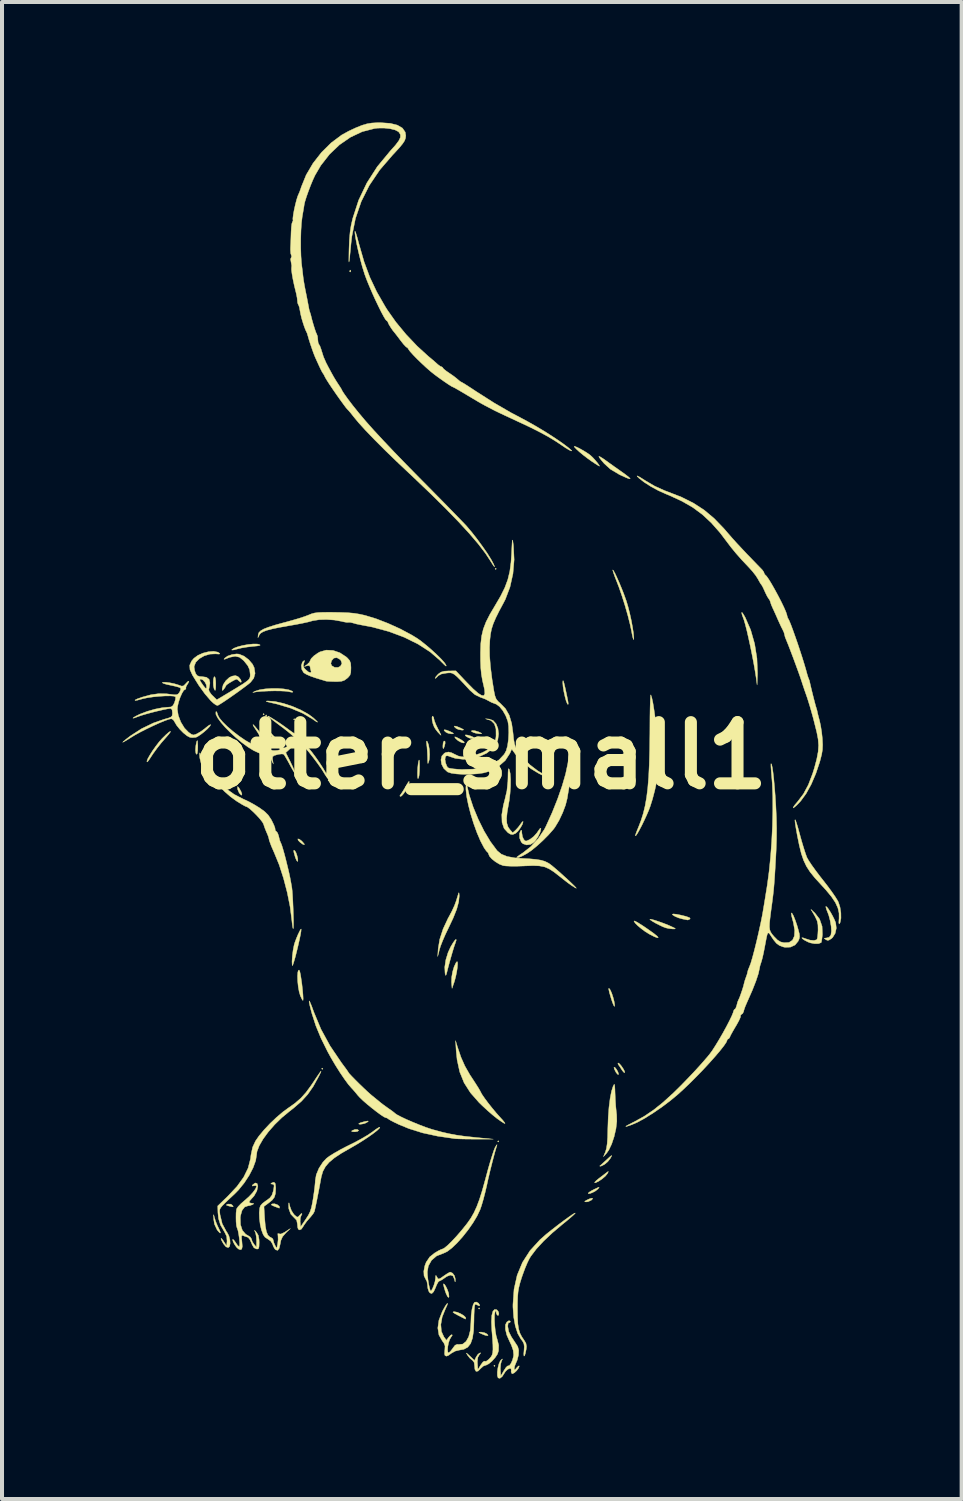
<source format=kicad_pcb>
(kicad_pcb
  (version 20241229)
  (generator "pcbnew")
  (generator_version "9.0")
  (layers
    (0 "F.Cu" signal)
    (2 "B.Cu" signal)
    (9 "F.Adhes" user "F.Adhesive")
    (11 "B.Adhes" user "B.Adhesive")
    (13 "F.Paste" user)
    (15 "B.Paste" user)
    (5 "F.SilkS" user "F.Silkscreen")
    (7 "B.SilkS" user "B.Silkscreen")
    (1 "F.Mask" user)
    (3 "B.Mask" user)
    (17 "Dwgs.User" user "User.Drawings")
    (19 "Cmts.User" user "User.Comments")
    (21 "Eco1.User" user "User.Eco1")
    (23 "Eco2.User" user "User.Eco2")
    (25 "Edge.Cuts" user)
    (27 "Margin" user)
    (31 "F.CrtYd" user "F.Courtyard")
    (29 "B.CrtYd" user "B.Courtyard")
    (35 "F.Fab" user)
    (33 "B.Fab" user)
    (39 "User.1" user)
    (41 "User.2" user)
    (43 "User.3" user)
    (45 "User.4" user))
  (footprint "otter_small1"
    (layer "F.Cu")
    (at 8.927 15.765)
    (property "Reference" "otter_small1" (at 0 0 0) (layer "F.SilkS") (effects (font (size 1.524 1.524) (thickness 0.3))))
    (attr through_hole)
    (fp_poly (pts (xy -5.397 -1.032) (xy -5.413 -1.016) (xy -5.429 -1.032) (xy -5.413 -1.048) (xy -5.397 -1.032)) (stroke (width 0.01) (type solid)) (fill yes) (layer "F.SilkS"))
    (fp_poly (pts (xy -5.334 -1) (xy -5.35 -0.984) (xy -5.366 -1) (xy -5.35 -1.016) (xy -5.334 -1)) (stroke (width 0.01) (type solid)) (fill yes) (layer "F.SilkS"))
    (fp_poly (pts (xy -4.636 -0.905) (xy -4.651 -0.889) (xy -4.667 -0.905) (xy -4.651 -0.921) (xy -4.636 -0.905)) (stroke (width 0.01) (type solid)) (fill yes) (layer "F.SilkS"))
    (fp_poly (pts (xy -3.937 7.795) (xy -3.953 7.811) (xy -3.969 7.795) (xy -3.953 7.779) (xy -3.937 7.795)) (stroke (width 0.01) (type solid)) (fill yes) (layer "F.SilkS"))
    (fp_poly (pts (xy -3.778 0.619) (xy -3.794 0.635) (xy -3.81 0.619) (xy -3.794 0.603) (xy -3.778 0.619)) (stroke (width 0.01) (type solid)) (fill yes) (layer "F.SilkS"))
    (fp_poly (pts (xy -0.032 13.764) (xy -0.048 13.78) (xy -0.064 13.764) (xy -0.048 13.748) (xy -0.032 13.764)) (stroke (width 0.01) (type solid)) (fill yes) (layer "F.SilkS"))
    (fp_poly (pts (xy 0.349 15.192) (xy 0.333 15.208) (xy 0.318 15.192) (xy 0.333 15.177) (xy 0.349 15.192)) (stroke (width 0.01) (type solid)) (fill yes) (layer "F.SilkS"))
    (fp_poly (pts (xy 0.381 -4.651) (xy 0.365 -4.636) (xy 0.349 -4.651) (xy 0.365 -4.667) (xy 0.381 -4.651)) (stroke (width 0.01) (type solid)) (fill yes) (layer "F.SilkS"))
    (fp_poly (pts (xy 0.445 9.604) (xy 0.429 9.62) (xy 0.413 9.604) (xy 0.429 9.588) (xy 0.445 9.604)) (stroke (width 0.01) (type solid)) (fill yes) (layer "F.SilkS"))
    (fp_poly (pts (xy -4.583 0.55) (xy -4.579 0.588) (xy -4.583 0.593) (xy -4.601 0.588) (xy -4.604 0.572) (xy -4.592 0.545) (xy -4.583 0.55)) (stroke (width 0.01) (type solid)) (fill yes) (layer "F.SilkS"))
    (fp_poly (pts (xy -3.249 -12.086) (xy -3.245 -12.048) (xy -3.249 -12.044) (xy -3.268 -12.048) (xy -3.27 -12.065) (xy -3.259 -12.091) (xy -3.249 -12.086)) (stroke (width 0.01) (type solid)) (fill yes) (layer "F.SilkS"))
    (fp_poly (pts (xy -6.229 11.167) (xy -6.195 11.191) (xy -6.168 11.225) (xy -6.185 11.234) (xy -6.253 11.22) (xy -6.287 11.211) (xy -6.339 11.193) (xy -6.335 11.178) (xy -6.305 11.165) (xy -6.229 11.167)) (stroke (width 0.01) (type solid)) (fill yes) (layer "F.SilkS"))
    (fp_poly (pts (xy -4.526 2.079) (xy -4.47 2.121) (xy -4.453 2.137) (xy -4.403 2.196) (xy -4.4 2.22) (xy -4.44 2.205) (xy -4.505 2.157) (xy -4.552 2.108) (xy -4.561 2.074) (xy -4.56 2.073) (xy -4.526 2.079)) (stroke (width 0.01) (type solid)) (fill yes) (layer "F.SilkS"))
    (fp_poly (pts (xy -3.049 9.329) (xy -3.048 9.335) (xy -3.076 9.356) (xy -3.143 9.366) (xy -3.151 9.366) (xy -3.215 9.361) (xy -3.222 9.346) (xy -3.207 9.335) (xy -3.141 9.308) (xy -3.08 9.307) (xy -3.049 9.329)) (stroke (width 0.01) (type solid)) (fill yes) (layer "F.SilkS"))
    (fp_poly (pts (xy -0.897 -0.359) (xy -0.893 -0.31) (xy -0.909 -0.239) (xy -0.921 -0.206) (xy -0.939 -0.173) (xy -0.948 -0.192) (xy -0.95 -0.244) (xy -0.943 -0.32) (xy -0.922 -0.365) (xy -0.921 -0.365) (xy -0.897 -0.359)) (stroke (width 0.01) (type solid)) (fill yes) (layer "F.SilkS"))
    (fp_poly (pts (xy -0.864 -0.638) (xy -0.777 -0.604) (xy -0.704 -0.568) (xy -0.684 -0.55) (xy -0.713 -0.543) (xy -0.732 -0.542) (xy -0.821 -0.558) (xy -0.875 -0.585) (xy -0.921 -0.627) (xy -0.914 -0.645) (xy -0.864 -0.638)) (stroke (width 0.01) (type solid)) (fill yes) (layer "F.SilkS"))
    (fp_poly (pts (xy -0.607 -0.728) (xy -0.524 -0.695) (xy -0.451 -0.659) (xy -0.432 -0.642) (xy -0.462 -0.636) (xy -0.478 -0.636) (xy -0.567 -0.653) (xy -0.621 -0.68) (xy -0.667 -0.722) (xy -0.66 -0.738) (xy -0.607 -0.728)) (stroke (width 0.01) (type solid)) (fill yes) (layer "F.SilkS"))
    (fp_poly (pts (xy 0.091 14.37) (xy 0.145 14.398) (xy 0.177 14.432) (xy 0.16 14.443) (xy 0.103 14.432) (xy 0.016 14.397) (xy -0.046 14.368) (xy -0.053 14.356) (xy -0.008 14.353) (xy 0.002 14.352) (xy 0.091 14.37)) (stroke (width 0.01) (type solid)) (fill yes) (layer "F.SilkS"))
    (fp_poly (pts (xy 2.781 11.028) (xy 2.756 11.06) (xy 2.748 11.066) (xy 2.672 11.103) (xy 2.621 11.111) (xy 2.581 11.107) (xy 2.591 11.091) (xy 2.635 11.065) (xy 2.709 11.031) (xy 2.762 11.018) (xy 2.781 11.028)) (stroke (width 0.01) (type solid)) (fill yes) (layer "F.SilkS"))
    (fp_poly (pts (xy -6.251 0.598) (xy -6.235 0.661) (xy -6.23 0.726) (xy -6.232 0.745) (xy -6.243 0.775) (xy -6.259 0.75) (xy -6.276 0.699) (xy -6.294 0.618) (xy -6.294 0.563) (xy -6.292 0.558) (xy -6.273 0.556) (xy -6.251 0.598)) (stroke (width 0.01) (type solid)) (fill yes) (layer "F.SilkS"))
    (fp_poly (pts (xy -6.039 0.786) (xy -6.022 0.81) (xy -5.977 0.889) (xy -5.953 0.952) (xy -5.958 0.983) (xy -5.962 0.984) (xy -5.995 0.96) (xy -6.025 0.921) (xy -6.057 0.847) (xy -6.064 0.803) (xy -6.06 0.769) (xy -6.039 0.786)) (stroke (width 0.01) (type solid)) (fill yes) (layer "F.SilkS"))
    (fp_poly (pts (xy 3.338 7.767) (xy 3.375 7.813) (xy 3.408 7.873) (xy 3.425 7.925) (xy 3.424 7.938) (xy 3.403 7.936) (xy 3.365 7.891) (xy 3.354 7.873) (xy 3.32 7.804) (xy 3.31 7.761) (xy 3.312 7.758) (xy 3.338 7.767)) (stroke (width 0.01) (type solid)) (fill yes) (layer "F.SilkS"))
    (fp_poly (pts (xy -6.618 -1.94) (xy -6.607 -1.866) (xy -6.604 -1.794) (xy -6.607 -1.681) (xy -6.615 -1.628) (xy -6.631 -1.632) (xy -6.648 -1.669) (xy -6.663 -1.739) (xy -6.667 -1.826) (xy -6.662 -1.907) (xy -6.647 -1.96) (xy -6.636 -1.968) (xy -6.618 -1.94)) (stroke (width 0.01) (type solid)) (fill yes) (layer "F.SilkS"))
    (fp_poly (pts (xy -5.07 11.182) (xy -5.023 11.221) (xy -5.016 11.241) (xy -5.023 11.268) (xy -5.024 11.267) (xy -5.056 11.255) (xy -5.125 11.23) (xy -5.144 11.223) (xy -5.211 11.193) (xy -5.222 11.173) (xy -5.202 11.161) (xy -5.139 11.158) (xy -5.07 11.182)) (stroke (width 0.01) (type solid)) (fill yes) (layer "F.SilkS"))
    (fp_poly (pts (xy -4.633 2.371) (xy -4.606 2.418) (xy -4.581 2.49) (xy -4.564 2.565) (xy -4.561 2.621) (xy -4.57 2.635) (xy -4.593 2.608) (xy -4.622 2.54) (xy -4.63 2.513) (xy -4.659 2.41) (xy -4.665 2.36) (xy -4.649 2.357) (xy -4.633 2.371)) (stroke (width 0.01) (type solid)) (fill yes) (layer "F.SilkS"))
    (fp_poly (pts (xy -2.805 9.1) (xy -2.83 9.123) (xy -2.84 9.13) (xy -2.89 9.155) (xy -2.955 9.171) (xy -3.013 9.178) (xy -3.044 9.171) (xy -3.04 9.157) (xy -2.999 9.139) (xy -2.922 9.117) (xy -2.9 9.111) (xy -2.826 9.097) (xy -2.805 9.1)) (stroke (width 0.01) (type solid)) (fill yes) (layer "F.SilkS"))
    (fp_poly (pts (xy -0.622 -0.462) (xy -0.56 -0.432) (xy -0.489 -0.392) (xy -0.433 -0.353) (xy -0.413 -0.331) (xy -0.436 -0.315) (xy -0.492 -0.33) (xy -0.562 -0.368) (xy -0.585 -0.385) (xy -0.638 -0.433) (xy -0.655 -0.465) (xy -0.654 -0.468) (xy -0.622 -0.462)) (stroke (width 0.01) (type solid)) (fill yes) (layer "F.SilkS"))
    (fp_poly (pts (xy -0.334 -0.512) (xy -0.262 -0.491) (xy -0.187 -0.458) (xy -0.169 -0.448) (xy -0.13 -0.422) (xy -0.148 -0.416) (xy -0.175 -0.416) (xy -0.257 -0.429) (xy -0.306 -0.444) (xy -0.369 -0.479) (xy -0.394 -0.504) (xy -0.384 -0.518) (xy -0.334 -0.512)) (stroke (width 0.01) (type solid)) (fill yes) (layer "F.SilkS"))
    (fp_poly (pts (xy -0.156 -0.622) (xy -0.071 -0.596) (xy -0.059 -0.592) (xy 0.006 -0.561) (xy 0.016 -0.548) (xy -0.024 -0.544) (xy -0.032 -0.544) (xy -0.124 -0.557) (xy -0.191 -0.578) (xy -0.24 -0.605) (xy -0.232 -0.622) (xy -0.218 -0.626) (xy -0.156 -0.622)) (stroke (width 0.01) (type solid)) (fill yes) (layer "F.SilkS"))
    (fp_poly (pts (xy 2.936 10.759) (xy 2.91 10.79) (xy 2.855 10.835) (xy 2.785 10.874) (xy 2.718 10.901) (xy 2.674 10.905) (xy 2.667 10.895) (xy 2.693 10.869) (xy 2.76 10.828) (xy 2.818 10.798) (xy 2.903 10.758) (xy 2.94 10.745) (xy 2.936 10.759)) (stroke (width 0.01) (type solid)) (fill yes) (layer "F.SilkS"))
    (fp_poly (pts (xy -7.057 -0.353) (xy -7.053 -0.27) (xy -7.052 -0.23) (xy -7.055 -0.124) (xy -7.066 -0.053) (xy -7.08 -0.032) (xy -7.1 -0.06) (xy -7.109 -0.129) (xy -7.109 -0.151) (xy -7.1 -0.254) (xy -7.082 -0.344) (xy -7.08 -0.349) (xy -7.066 -0.377) (xy -7.057 -0.353)) (stroke (width 0.01) (type solid)) (fill yes) (layer "F.SilkS"))
    (fp_poly (pts (xy -0.912 13.161) (xy -0.877 13.214) (xy -0.84 13.289) (xy -0.812 13.368) (xy -0.806 13.392) (xy -0.797 13.469) (xy -0.809 13.492) (xy -0.835 13.466) (xy -0.869 13.396) (xy -0.894 13.327) (xy -0.921 13.233) (xy -0.936 13.168) (xy -0.936 13.15) (xy -0.912 13.161)) (stroke (width 0.01) (type solid)) (fill yes) (layer "F.SilkS"))
    (fp_poly (pts (xy 3.451 7.675) (xy 3.498 7.732) (xy 3.544 7.801) (xy 3.575 7.862) (xy 3.579 7.893) (xy 3.552 7.882) (xy 3.511 7.831) (xy 3.505 7.821) (xy 3.457 7.746) (xy 3.419 7.692) (xy 3.419 7.691) (xy 3.407 7.657) (xy 3.417 7.652) (xy 3.451 7.675)) (stroke (width 0.01) (type solid)) (fill yes) (layer "F.SilkS"))
    (fp_poly (pts (xy -6.649 11.456) (xy -6.64 11.493) (xy -6.609 11.592) (xy -6.562 11.706) (xy -6.544 11.743) (xy -6.499 11.839) (xy -6.487 11.886) (xy -6.506 11.882) (xy -6.557 11.825) (xy -6.572 11.805) (xy -6.637 11.665) (xy -6.656 11.543) (xy -6.66 11.456) (xy -6.658 11.429) (xy -6.649 11.456)) (stroke (width 0.01) (type solid)) (fill yes) (layer "F.SilkS"))
    (fp_poly (pts (xy -1.789 0.656) (xy -1.793 0.683) (xy -1.822 0.767) (xy -1.87 0.86) (xy -1.926 0.945) (xy -1.977 1.002) (xy -2.005 1.016) (xy -2.023 1.002) (xy -2.004 0.972) (xy -1.969 0.922) (xy -1.916 0.837) (xy -1.87 0.758) (xy -1.819 0.672) (xy -1.793 0.639) (xy -1.789 0.656)) (stroke (width 0.01) (type solid)) (fill yes) (layer "F.SilkS"))
    (fp_poly (pts (xy -1.535 0.126) (xy -1.531 0.201) (xy -1.53 0.27) (xy -1.533 0.391) (xy -1.542 0.495) (xy -1.556 0.556) (xy -1.571 0.572) (xy -1.58 0.531) (xy -1.582 0.429) (xy -1.582 0.429) (xy -1.577 0.307) (xy -1.565 0.196) (xy -1.556 0.143) (xy -1.543 0.108) (xy -1.535 0.126)) (stroke (width 0.01) (type solid)) (fill yes) (layer "F.SilkS"))
    (fp_poly (pts (xy -0.593 13.858) (xy -0.508 13.895) (xy -0.431 13.941) (xy -0.386 13.986) (xy -0.381 14.001) (xy -0.387 14.029) (xy -0.389 14.029) (xy -0.419 14.013) (xy -0.49 13.977) (xy -0.572 13.935) (xy -0.662 13.886) (xy -0.699 13.858) (xy -0.688 13.846) (xy -0.667 13.844) (xy -0.593 13.858)) (stroke (width 0.01) (type solid)) (fill yes) (layer "F.SilkS"))
    (fp_poly (pts (xy -0.586 5.135) (xy -0.583 5.189) (xy -0.59 5.277) (xy -0.606 5.386) (xy -0.63 5.501) (xy -0.659 5.61) (xy -0.667 5.636) (xy -0.722 5.794) (xy -0.735 5.638) (xy -0.731 5.518) (xy -0.708 5.383) (xy -0.67 5.255) (xy -0.624 5.158) (xy -0.602 5.13) (xy -0.586 5.135)) (stroke (width 0.01) (type solid)) (fill yes) (layer "F.SilkS"))
    (fp_poly (pts (xy 3.162 10.378) (xy 3.148 10.405) (xy 3.097 10.468) (xy 3.018 10.536) (xy 2.93 10.596) (xy 2.855 10.632) (xy 2.832 10.636) (xy 2.832 10.62) (xy 2.875 10.576) (xy 2.942 10.521) (xy 3.033 10.453) (xy 3.107 10.396) (xy 3.141 10.37) (xy 3.169 10.352) (xy 3.162 10.378)) (stroke (width 0.01) (type solid)) (fill yes) (layer "F.SilkS"))
    (fp_poly (pts (xy 3.254 9.962) (xy 3.233 10.003) (xy 3.219 10.028) (xy 3.155 10.11) (xy 3.072 10.179) (xy 2.991 10.219) (xy 2.965 10.223) (xy 2.955 10.216) (xy 2.956 10.216) (xy 2.985 10.192) (xy 3.046 10.136) (xy 3.124 10.065) (xy 3.206 9.99) (xy 3.247 9.957) (xy 3.254 9.962)) (stroke (width 0.01) (type solid)) (fill yes) (layer "F.SilkS"))
    (fp_poly (pts (xy 3.208 5.818) (xy 3.222 5.842) (xy 3.255 5.917) (xy 3.287 6.015) (xy 3.313 6.115) (xy 3.327 6.197) (xy 3.325 6.242) (xy 3.324 6.244) (xy 3.307 6.225) (xy 3.278 6.158) (xy 3.244 6.059) (xy 3.241 6.048) (xy 3.199 5.906) (xy 3.18 5.82) (xy 3.183 5.79) (xy 3.208 5.818)) (stroke (width 0.01) (type solid)) (fill yes) (layer "F.SilkS"))
    (fp_poly (pts (xy -1.337 -0.35) (xy -1.307 -0.272) (xy -1.287 -0.157) (xy -1.28 -0.029) (xy -1.287 0.087) (xy -1.296 0.128) (xy -1.314 0.184) (xy -1.323 0.196) (xy -1.328 0.156) (xy -1.331 0.06) (xy -1.331 0.048) (xy -1.336 -0.082) (xy -1.345 -0.209) (xy -1.352 -0.27) (xy -1.36 -0.346) (xy -1.352 -0.365) (xy -1.337 -0.35)) (stroke (width 0.01) (type solid)) (fill yes) (layer "F.SilkS"))
    (fp_poly (pts (xy 2.05 -1.86) (xy 2.068 -1.8) (xy 2.096 -1.683) (xy 2.11 -1.619) (xy 2.145 -1.454) (xy 2.166 -1.345) (xy 2.172 -1.287) (xy 2.164 -1.274) (xy 2.147 -1.296) (xy 2.119 -1.364) (xy 2.09 -1.472) (xy 2.062 -1.599) (xy 2.042 -1.722) (xy 2.035 -1.817) (xy 2.035 -1.824) (xy 2.039 -1.867) (xy 2.05 -1.86)) (stroke (width 0.01) (type solid)) (fill yes) (layer "F.SilkS"))
    (fp_poly (pts (xy -6.982 -0.045) (xy -6.955 0.029) (xy -6.924 0.147) (xy -6.921 0.159) (xy -6.894 0.266) (xy -6.867 0.354) (xy -6.853 0.389) (xy -6.836 0.434) (xy -6.84 0.445) (xy -6.863 0.419) (xy -6.902 0.354) (xy -6.921 0.318) (xy -6.967 0.202) (xy -6.999 0.073) (xy -7.004 0.04) (xy -7.009 -0.044) (xy -7.001 -0.071) (xy -6.982 -0.045)) (stroke (width 0.01) (type solid)) (fill yes) (layer "F.SilkS"))
    (fp_poly (pts (xy -5.566 -2.779) (xy -5.527 -2.77) (xy -5.498 -2.754) (xy -5.513 -2.742) (xy -5.577 -2.731) (xy -5.686 -2.721) (xy -5.828 -2.704) (xy -5.97 -2.68) (xy -6.072 -2.655) (xy -6.154 -2.634) (xy -6.202 -2.629) (xy -6.207 -2.636) (xy -6.155 -2.674) (xy -6.057 -2.711) (xy -5.932 -2.744) (xy -5.796 -2.768) (xy -5.668 -2.781) (xy -5.566 -2.779)) (stroke (width 0.01) (type solid)) (fill yes) (layer "F.SilkS"))
    (fp_poly (pts (xy 4.864 3.949) (xy 4.968 3.969) (xy 5.087 3.998) (xy 5.121 4.008) (xy 5.196 4.037) (xy 5.208 4.062) (xy 5.2 4.069) (xy 5.155 4.09) (xy 5.144 4.092) (xy 5.105 4.084) (xy 5.03 4.069) (xy 5.016 4.066) (xy 4.919 4.039) (xy 4.832 4.003) (xy 4.775 3.967) (xy 4.763 3.948) (xy 4.79 3.941) (xy 4.864 3.949)) (stroke (width 0.01) (type solid)) (fill yes) (layer "F.SilkS"))
    (fp_poly (pts (xy -1.18 -0.958) (xy -1.175 -0.924) (xy -1.16 -0.865) (xy -1.123 -0.773) (xy -1.081 -0.686) (xy -1.034 -0.594) (xy -1.004 -0.53) (xy -0.996 -0.508) (xy -1.021 -0.529) (xy -1.069 -0.579) (xy -1.07 -0.579) (xy -1.129 -0.654) (xy -1.166 -0.714) (xy -1.197 -0.796) (xy -1.217 -0.882) (xy -1.221 -0.951) (xy -1.209 -0.984) (xy -1.206 -0.984) (xy -1.18 -0.958)) (stroke (width 0.01) (type solid)) (fill yes) (layer "F.SilkS"))
    (fp_poly (pts (xy 3.844 4.124) (xy 3.918 4.166) (xy 4.024 4.233) (xy 4.152 4.32) (xy 4.294 4.421) (xy 4.315 4.437) (xy 4.391 4.499) (xy 4.413 4.531) (xy 4.387 4.534) (xy 4.316 4.507) (xy 4.203 4.45) (xy 4.191 4.443) (xy 4.093 4.383) (xy 3.994 4.31) (xy 3.906 4.237) (xy 3.841 4.172) (xy 3.81 4.127) (xy 3.812 4.115) (xy 3.844 4.124)) (stroke (width 0.01) (type solid)) (fill yes) (layer "F.SilkS"))
    (fp_poly (pts (xy 4.239 4.075) (xy 4.318 4.096) (xy 4.425 4.131) (xy 4.545 4.174) (xy 4.662 4.22) (xy 4.731 4.251) (xy 4.812 4.289) (xy 4.839 4.309) (xy 4.818 4.315) (xy 4.778 4.315) (xy 4.676 4.304) (xy 4.599 4.287) (xy 4.528 4.26) (xy 4.438 4.217) (xy 4.344 4.169) (xy 4.264 4.122) (xy 4.213 4.087) (xy 4.203 4.073) (xy 4.239 4.075)) (stroke (width 0.01) (type solid)) (fill yes) (layer "F.SilkS"))
    (fp_poly (pts (xy -5.129 -1.348) (xy -4.919 -1.301) (xy -4.698 -1.228) (xy -4.484 -1.135) (xy -4.297 -1.031) (xy -4.175 -0.94) (xy -4.097 -0.868) (xy -4.068 -0.835) (xy -4.089 -0.84) (xy -4.159 -0.886) (xy -4.191 -0.909) (xy -4.437 -1.055) (xy -4.737 -1.182) (xy -5.084 -1.286) (xy -5.207 -1.314) (xy -5.308 -1.338) (xy -5.35 -1.353) (xy -5.335 -1.36) (xy -5.309 -1.362) (xy -5.129 -1.348)) (stroke (width 0.01) (type solid)) (fill yes) (layer "F.SilkS"))
    (fp_poly (pts (xy -4.514 5.368) (xy -4.495 5.452) (xy -4.483 5.529) (xy -4.461 5.681) (xy -4.445 5.826) (xy -4.434 5.951) (xy -4.429 6.045) (xy -4.432 6.092) (xy -4.435 6.096) (xy -4.455 6.07) (xy -4.487 6.004) (xy -4.499 5.977) (xy -4.528 5.88) (xy -4.551 5.753) (xy -4.565 5.615) (xy -4.569 5.488) (xy -4.561 5.39) (xy -4.549 5.351) (xy -4.531 5.337) (xy -4.514 5.368)) (stroke (width 0.01) (type solid)) (fill yes) (layer "F.SilkS"))
    (fp_poly (pts (xy -0.618 4.597) (xy -0.637 4.658) (xy -0.669 4.749) (xy -0.71 4.882) (xy -0.755 5.038) (xy -0.799 5.196) (xy -0.836 5.337) (xy -0.839 5.35) (xy -0.862 5.439) (xy -0.877 5.472) (xy -0.887 5.456) (xy -0.896 5.415) (xy -0.903 5.263) (xy -0.876 5.084) (xy -0.82 4.9) (xy -0.757 4.763) (xy -0.696 4.66) (xy -0.649 4.595) (xy -0.622 4.572) (xy -0.618 4.597)) (stroke (width 0.01) (type solid)) (fill yes) (layer "F.SilkS"))
    (fp_poly (pts (xy 2.964 -7.442) (xy 3.029 -7.403) (xy 3.091 -7.36) (xy 3.188 -7.29) (xy 3.312 -7.201) (xy 3.441 -7.111) (xy 3.461 -7.096) (xy 3.6 -6.997) (xy 3.685 -6.93) (xy 3.715 -6.896) (xy 3.69 -6.893) (xy 3.612 -6.923) (xy 3.478 -6.984) (xy 3.44 -7.002) (xy 3.22 -7.134) (xy 3.066 -7.275) (xy 2.995 -7.358) (xy 2.947 -7.421) (xy 2.933 -7.452) (xy 2.933 -7.452) (xy 2.964 -7.442)) (stroke (width 0.01) (type solid)) (fill yes) (layer "F.SilkS"))
    (fp_poly (pts (xy -7.734 -0.59) (xy -7.775 -0.533) (xy -7.855 -0.441) (xy -7.962 -0.318) (xy -8.07 -0.181) (xy -8.158 -0.06) (xy -8.165 -0.05) (xy -8.238 0.061) (xy -8.283 0.127) (xy -8.308 0.155) (xy -8.317 0.153) (xy -8.319 0.138) (xy -8.3 0.082) (xy -8.25 -0.008) (xy -8.18 -0.119) (xy -8.097 -0.236) (xy -8.013 -0.345) (xy -7.944 -0.423) (xy -7.843 -0.522) (xy -7.772 -0.584) (xy -7.734 -0.607) (xy -7.734 -0.59)) (stroke (width 0.01) (type solid)) (fill yes) (layer "F.SilkS"))
    (fp_poly (pts (xy -4.478 4.318) (xy -4.482 4.374) (xy -4.498 4.468) (xy -4.523 4.589) (xy -4.554 4.726) (xy -4.588 4.866) (xy -4.621 4.998) (xy -4.653 5.11) (xy -4.678 5.19) (xy -4.695 5.227) (xy -4.701 5.223) (xy -4.706 5.127) (xy -4.698 4.993) (xy -4.68 4.848) (xy -4.654 4.715) (xy -4.635 4.651) (xy -4.599 4.554) (xy -4.559 4.458) (xy -4.52 4.377) (xy -4.491 4.325) (xy -4.478 4.317) (xy -4.478 4.318)) (stroke (width 0.01) (type solid)) (fill yes) (layer "F.SilkS"))
    (fp_poly (pts (xy 6.502 -3.564) (xy 6.541 -3.506) (xy 6.58 -3.437) (xy 6.714 -3.13) (xy 6.812 -2.786) (xy 6.87 -2.423) (xy 6.884 -2.058) (xy 6.884 -2.032) (xy 6.874 -1.762) (xy 6.848 -1.953) (xy 6.823 -2.111) (xy 6.79 -2.299) (xy 6.75 -2.506) (xy 6.707 -2.718) (xy 6.662 -2.924) (xy 6.62 -3.109) (xy 6.581 -3.262) (xy 6.55 -3.37) (xy 6.54 -3.398) (xy 6.5 -3.508) (xy 6.488 -3.564) (xy 6.502 -3.564)) (stroke (width 0.01) (type solid)) (fill yes) (layer "F.SilkS"))
    (fp_poly (pts (xy -5.057 -1.673) (xy -4.908 -1.661) (xy -4.786 -1.639) (xy -4.704 -1.607) (xy -4.683 -1.587) (xy -4.699 -1.578) (xy -4.759 -1.587) (xy -4.786 -1.594) (xy -4.866 -1.605) (xy -4.991 -1.611) (xy -5.144 -1.613) (xy -5.305 -1.609) (xy -5.458 -1.602) (xy -5.584 -1.591) (xy -5.665 -1.576) (xy -5.667 -1.575) (xy -5.683 -1.574) (xy -5.648 -1.593) (xy -5.62 -1.606) (xy -5.513 -1.64) (xy -5.374 -1.662) (xy -5.217 -1.673) (xy -5.057 -1.673)) (stroke (width 0.01) (type solid)) (fill yes) (layer "F.SilkS"))
    (fp_poly (pts (xy 2.342 -7.699) (xy 2.404 -7.673) (xy 2.49 -7.628) (xy 2.583 -7.574) (xy 2.669 -7.519) (xy 2.726 -7.476) (xy 2.784 -7.421) (xy 2.847 -7.352) (xy 2.904 -7.283) (xy 2.942 -7.23) (xy 2.948 -7.207) (xy 2.947 -7.207) (xy 2.918 -7.224) (xy 2.85 -7.266) (xy 2.759 -7.326) (xy 2.759 -7.326) (xy 2.657 -7.399) (xy 2.55 -7.481) (xy 2.451 -7.563) (xy 2.372 -7.635) (xy 2.325 -7.685) (xy 2.318 -7.7) (xy 2.342 -7.699)) (stroke (width 0.01) (type solid)) (fill yes) (layer "F.SilkS"))
    (fp_poly (pts (xy -0.548 3.419) (xy -0.543 3.474) (xy -0.542 3.495) (xy -0.557 3.642) (xy -0.606 3.823) (xy -0.694 4.044) (xy -0.814 4.298) (xy -0.888 4.452) (xy -0.955 4.606) (xy -1.007 4.739) (xy -1.033 4.821) (xy -1.079 5.001) (xy -1.067 4.81) (xy -1.028 4.572) (xy -0.944 4.314) (xy -0.823 4.054) (xy -0.793 4) (xy -0.723 3.868) (xy -0.659 3.728) (xy -0.619 3.619) (xy -0.588 3.519) (xy -0.564 3.442) (xy -0.555 3.413) (xy -0.548 3.419)) (stroke (width 0.01) (type solid)) (fill yes) (layer "F.SilkS"))
    (fp_poly (pts (xy -6.054 -1.97) (xy -6.032 -1.952) (xy -5.985 -1.894) (xy -5.969 -1.85) (xy -5.977 -1.824) (xy -6.009 -1.845) (xy -6.019 -1.855) (xy -6.065 -1.895) (xy -6.086 -1.905) (xy -6.127 -1.89) (xy -6.194 -1.854) (xy -6.268 -1.81) (xy -6.327 -1.769) (xy -6.35 -1.746) (xy -6.367 -1.709) (xy -6.397 -1.665) (xy -6.432 -1.623) (xy -6.443 -1.633) (xy -6.444 -1.67) (xy -6.42 -1.766) (xy -6.355 -1.865) (xy -6.268 -1.946) (xy -6.198 -1.98) (xy -6.114 -1.994) (xy -6.054 -1.97)) (stroke (width 0.01) (type solid)) (fill yes) (layer "F.SilkS"))
    (fp_poly (pts (xy 1.492 1.819) (xy 1.473 1.902) (xy 1.424 2.008) (xy 1.357 2.112) (xy 1.324 2.151) (xy 1.237 2.209) (xy 1.136 2.223) (xy 1.044 2.193) (xy 1.002 2.152) (xy 0.96 2.05) (xy 0.959 1.94) (xy 0.984 1.873) (xy 1.006 1.854) (xy 1.015 1.888) (xy 1.016 1.923) (xy 1.031 2.014) (xy 1.061 2.081) (xy 1.093 2.119) (xy 1.126 2.126) (xy 1.181 2.103) (xy 1.222 2.082) (xy 1.311 2.014) (xy 1.394 1.921) (xy 1.414 1.891) (xy 1.462 1.822) (xy 1.488 1.805) (xy 1.492 1.819)) (stroke (width 0.01) (type solid)) (fill yes) (layer "F.SilkS"))
    (fp_poly (pts (xy 8.611 3.768) (xy 8.654 3.824) (xy 8.707 3.907) (xy 8.76 4.003) (xy 8.805 4.095) (xy 8.831 4.163) (xy 8.846 4.295) (xy 8.818 4.424) (xy 8.754 4.528) (xy 8.722 4.556) (xy 8.661 4.594) (xy 8.62 4.598) (xy 8.572 4.572) (xy 8.547 4.549) (xy 8.578 4.541) (xy 8.592 4.541) (xy 8.668 4.523) (xy 8.711 4.468) (xy 8.725 4.367) (xy 8.717 4.246) (xy 8.694 4.112) (xy 8.659 3.978) (xy 8.633 3.908) (xy 8.6 3.824) (xy 8.585 3.767) (xy 8.586 3.754) (xy 8.611 3.768)) (stroke (width 0.01) (type solid)) (fill yes) (layer "F.SilkS"))
    (fp_poly (pts (xy 3.329 8.219) (xy 3.334 8.306) (xy 3.336 8.366) (xy 3.344 8.565) (xy 3.354 8.723) (xy 3.368 8.865) (xy 3.377 8.942) (xy 3.381 9.103) (xy 3.359 9.291) (xy 3.314 9.486) (xy 3.253 9.669) (xy 3.181 9.821) (xy 3.125 9.9) (xy 3.048 9.985) (xy 3.1 9.858) (xy 3.124 9.776) (xy 3.141 9.662) (xy 3.152 9.505) (xy 3.157 9.294) (xy 3.157 9.287) (xy 3.167 9.009) (xy 3.186 8.755) (xy 3.214 8.534) (xy 3.249 8.356) (xy 3.286 8.24) (xy 3.308 8.194) (xy 3.322 8.184) (xy 3.329 8.219)) (stroke (width 0.01) (type solid)) (fill yes) (layer "F.SilkS"))
    (fp_poly (pts (xy 3.299 -4.605) (xy 3.336 -4.538) (xy 3.385 -4.434) (xy 3.442 -4.305) (xy 3.501 -4.163) (xy 3.558 -4.018) (xy 3.607 -3.882) (xy 3.619 -3.848) (xy 3.66 -3.71) (xy 3.701 -3.549) (xy 3.739 -3.377) (xy 3.77 -3.211) (xy 3.793 -3.064) (xy 3.804 -2.952) (xy 3.802 -2.893) (xy 3.793 -2.896) (xy 3.777 -2.951) (xy 3.757 -3.045) (xy 3.754 -3.067) (xy 3.715 -3.254) (xy 3.658 -3.481) (xy 3.588 -3.727) (xy 3.51 -3.974) (xy 3.431 -4.203) (xy 3.382 -4.33) (xy 3.334 -4.452) (xy 3.299 -4.551) (xy 3.281 -4.612) (xy 3.28 -4.625) (xy 3.299 -4.605)) (stroke (width 0.01) (type solid)) (fill yes) (layer "F.SilkS"))
    (fp_poly (pts (xy 8.313 3.919) (xy 8.429 4.069) (xy 8.492 4.25) (xy 8.5 4.456) (xy 8.499 4.464) (xy 8.487 4.564) (xy 8.476 4.633) (xy 8.469 4.654) (xy 8.406 4.68) (xy 8.307 4.682) (xy 8.198 4.661) (xy 8.14 4.639) (xy 8.054 4.594) (xy 8.002 4.558) (xy 7.987 4.535) (xy 8.016 4.535) (xy 8.078 4.557) (xy 8.193 4.593) (xy 8.292 4.602) (xy 8.356 4.583) (xy 8.366 4.572) (xy 8.378 4.525) (xy 8.387 4.436) (xy 8.392 4.341) (xy 8.389 4.213) (xy 8.369 4.114) (xy 8.322 4.013) (xy 8.306 3.984) (xy 8.214 3.826) (xy 8.313 3.919)) (stroke (width 0.01) (type solid)) (fill yes) (layer "F.SilkS"))
    (fp_poly (pts (xy -0.586 7.255) (xy -0.5 7.507) (xy -0.403 7.726) (xy -0.28 7.942) (xy -0.215 8.041) (xy -0.136 8.162) (xy -0.069 8.268) (xy -0.024 8.345) (xy -0.009 8.375) (xy 0.025 8.437) (xy 0.091 8.533) (xy 0.179 8.651) (xy 0.278 8.776) (xy 0.378 8.896) (xy 0.466 8.995) (xy 0.538 9.074) (xy 0.585 9.133) (xy 0.598 9.16) (xy 0.568 9.149) (xy 0.502 9.107) (xy 0.412 9.044) (xy 0.396 9.032) (xy 0.291 8.948) (xy 0.162 8.836) (xy 0.028 8.712) (xy -0.05 8.636) (xy -0.262 8.395) (xy -0.421 8.146) (xy -0.53 7.876) (xy -0.596 7.573) (xy -0.619 7.345) (xy -0.634 7.096) (xy -0.586 7.255)) (stroke (width 0.01) (type solid)) (fill yes) (layer "F.SilkS"))
    (fp_poly (pts (xy 0.702 0.343) (xy 0.705 0.349) (xy 0.726 0.444) (xy 0.736 0.585) (xy 0.735 0.756) (xy 0.723 0.939) (xy 0.702 1.12) (xy 0.687 1.202) (xy 0.651 1.408) (xy 0.636 1.564) (xy 0.643 1.682) (xy 0.671 1.771) (xy 0.711 1.831) (xy 0.788 1.92) (xy 0.859 1.857) (xy 0.927 1.783) (xy 0.989 1.699) (xy 1.026 1.648) (xy 1.047 1.641) (xy 1.048 1.647) (xy 1.028 1.714) (xy 0.979 1.8) (xy 0.918 1.882) (xy 0.86 1.935) (xy 0.856 1.937) (xy 0.79 1.964) (xy 0.734 1.956) (xy 0.67 1.917) (xy 0.574 1.811) (xy 0.523 1.662) (xy 0.517 1.469) (xy 0.557 1.232) (xy 0.589 1.111) (xy 0.644 0.878) (xy 0.668 0.646) (xy 0.671 0.556) (xy 0.673 0.423) (xy 0.678 0.348) (xy 0.688 0.323) (xy 0.702 0.343)) (stroke (width 0.01) (type solid)) (fill yes) (layer "F.SilkS"))
    (fp_poly (pts (xy 2.243 -0.128) (xy 2.249 -0.056) (xy 2.249 0.056) (xy 2.245 0.194) (xy 2.237 0.348) (xy 2.225 0.506) (xy 2.21 0.655) (xy 2.193 0.783) (xy 2.189 0.81) (xy 2.169 0.923) (xy 2.153 1.019) (xy 2.146 1.064) (xy 2.104 1.231) (xy 2.032 1.422) (xy 1.942 1.613) (xy 1.843 1.778) (xy 1.8 1.836) (xy 1.681 1.971) (xy 1.54 2.113) (xy 1.393 2.247) (xy 1.253 2.361) (xy 1.139 2.438) (xy 1.014 2.505) (xy 0.929 2.538) (xy 0.891 2.536) (xy 0.889 2.529) (xy 0.913 2.508) (xy 0.976 2.463) (xy 1.045 2.418) (xy 1.244 2.26) (xy 1.427 2.059) (xy 1.577 1.836) (xy 1.617 1.758) (xy 1.771 1.417) (xy 1.906 1.079) (xy 2.019 0.754) (xy 2.106 0.455) (xy 2.162 0.191) (xy 2.179 0.07) (xy 2.195 -0.037) (xy 2.215 -0.116) (xy 2.232 -0.149) (xy 2.243 -0.128)) (stroke (width 0.01) (type solid)) (fill yes) (layer "F.SilkS"))
    (fp_poly (pts (xy 4.252 -1.442) (xy 4.279 -1.318) (xy 4.306 -1.153) (xy 4.334 -0.956) (xy 4.36 -0.74) (xy 4.383 -0.516) (xy 4.403 -0.293) (xy 4.417 -0.084) (xy 4.426 0.102) (xy 4.427 0.253) (xy 4.425 0.302) (xy 4.407 0.46) (xy 4.372 0.658) (xy 4.324 0.873) (xy 4.268 1.085) (xy 4.215 1.254) (xy 4.176 1.359) (xy 4.123 1.482) (xy 4.063 1.612) (xy 4.002 1.738) (xy 3.943 1.85) (xy 3.894 1.937) (xy 3.858 1.989) (xy 3.843 1.995) (xy 3.842 1.991) (xy 3.853 1.951) (xy 3.883 1.871) (xy 3.919 1.784) (xy 3.984 1.614) (xy 4.04 1.437) (xy 4.086 1.247) (xy 4.123 1.037) (xy 4.152 0.8) (xy 4.174 0.529) (xy 4.189 0.217) (xy 4.199 -0.141) (xy 4.204 -0.553) (xy 4.205 -0.752) (xy 4.206 -0.967) (xy 4.209 -1.158) (xy 4.213 -1.315) (xy 4.217 -1.432) (xy 4.223 -1.5) (xy 4.228 -1.514) (xy 4.252 -1.442)) (stroke (width 0.01) (type solid)) (fill yes) (layer "F.SilkS"))
    (fp_poly (pts (xy 7.846 1.651) (xy 7.883 1.767) (xy 7.932 1.946) (xy 7.934 1.953) (xy 7.982 2.126) (xy 8.031 2.289) (xy 8.075 2.427) (xy 8.11 2.524) (xy 8.117 2.54) (xy 8.159 2.614) (xy 8.233 2.725) (xy 8.33 2.86) (xy 8.442 3.008) (xy 8.506 3.089) (xy 8.622 3.238) (xy 8.729 3.383) (xy 8.817 3.51) (xy 8.878 3.608) (xy 8.897 3.644) (xy 8.938 3.771) (xy 8.96 3.913) (xy 8.962 4.047) (xy 8.942 4.151) (xy 8.933 4.17) (xy 8.915 4.189) (xy 8.909 4.158) (xy 8.913 4.071) (xy 8.915 4.054) (xy 8.914 3.92) (xy 8.885 3.792) (xy 8.824 3.658) (xy 8.726 3.511) (xy 8.585 3.341) (xy 8.464 3.209) (xy 8.313 3.044) (xy 8.195 2.898) (xy 8.104 2.758) (xy 8.033 2.609) (xy 7.975 2.439) (xy 7.924 2.232) (xy 7.875 1.991) (xy 7.841 1.8) (xy 7.821 1.67) (xy 7.815 1.602) (xy 7.824 1.596) (xy 7.846 1.651)) (stroke (width 0.01) (type solid)) (fill yes) (layer "F.SilkS"))
    (fp_poly (pts (xy 2.323 11.417) (xy 2.259 11.476) (xy 2.163 11.558) (xy 2.046 11.654) (xy 2.028 11.668) (xy 1.776 11.881) (xy 1.556 12.089) (xy 1.376 12.284) (xy 1.243 12.46) (xy 1.207 12.517) (xy 1.155 12.622) (xy 1.095 12.765) (xy 1.037 12.922) (xy 1.01 13) (xy 0.969 13.133) (xy 0.941 13.244) (xy 0.923 13.349) (xy 0.913 13.467) (xy 0.908 13.616) (xy 0.907 13.762) (xy 0.909 13.978) (xy 0.917 14.144) (xy 0.936 14.272) (xy 0.967 14.376) (xy 1.014 14.468) (xy 1.066 14.544) (xy 1.118 14.63) (xy 1.132 14.71) (xy 1.125 14.78) (xy 1.103 14.887) (xy 1.083 14.944) (xy 1.069 14.949) (xy 1.064 14.897) (xy 1.07 14.823) (xy 1.077 14.715) (xy 1.067 14.642) (xy 1.033 14.577) (xy 0.99 14.521) (xy 0.913 14.386) (xy 0.853 14.2) (xy 0.813 13.978) (xy 0.795 13.729) (xy 0.795 13.668) (xy 0.822 13.284) (xy 0.9 12.935) (xy 1.032 12.617) (xy 1.22 12.325) (xy 1.466 12.055) (xy 1.627 11.913) (xy 1.772 11.798) (xy 1.916 11.686) (xy 2.052 11.584) (xy 2.172 11.497) (xy 2.266 11.431) (xy 2.328 11.394) (xy 2.348 11.389) (xy 2.323 11.417)) (stroke (width 0.01) (type solid)) (fill yes) (layer "F.SilkS"))
    (fp_poly (pts (xy -0.359 0.699) (xy -0.295 0.978) (xy -0.196 1.279) (xy -0.069 1.584) (xy 0.076 1.877) (xy 0.234 2.141) (xy 0.396 2.359) (xy 0.403 2.368) (xy 0.505 2.452) (xy 0.648 2.51) (xy 0.84 2.545) (xy 0.992 2.556) (xy 1.206 2.568) (xy 1.369 2.583) (xy 1.492 2.603) (xy 1.588 2.631) (xy 1.668 2.67) (xy 1.705 2.693) (xy 1.762 2.736) (xy 1.845 2.806) (xy 1.946 2.893) (xy 2.053 2.99) (xy 2.159 3.086) (xy 2.253 3.175) (xy 2.326 3.246) (xy 2.367 3.291) (xy 2.372 3.302) (xy 2.34 3.286) (xy 2.275 3.245) (xy 2.247 3.227) (xy 2.165 3.168) (xy 2.058 3.086) (xy 1.949 2.999) (xy 1.81 2.891) (xy 1.692 2.816) (xy 1.577 2.768) (xy 1.45 2.744) (xy 1.294 2.738) (xy 1.092 2.745) (xy 1.083 2.746) (xy 0.903 2.752) (xy 0.741 2.752) (xy 0.613 2.746) (xy 0.549 2.737) (xy 0.457 2.701) (xy 0.358 2.641) (xy 0.27 2.571) (xy 0.209 2.502) (xy 0.191 2.456) (xy 0.173 2.413) (xy 0.165 2.408) (xy 0.134 2.376) (xy 0.087 2.31) (xy 0.07 2.282) (xy -0.015 2.12) (xy -0.101 1.918) (xy -0.183 1.692) (xy -0.256 1.457) (xy -0.315 1.228) (xy -0.357 1.02) (xy -0.376 0.848) (xy -0.377 0.8) (xy -0.372 0.718) (xy -0.366 0.683) (xy -0.359 0.699)) (stroke (width 0.01) (type solid)) (fill yes) (layer "F.SilkS"))
    (fp_poly (pts (xy -5.124 10.653) (xy -5.113 10.741) (xy -5.112 10.773) (xy -5.119 10.904) (xy -5.146 10.995) (xy -5.202 11.068) (xy -5.276 11.128) (xy -5.405 11.224) (xy -5.388 11.509) (xy -5.371 11.706) (xy -5.345 11.847) (xy -5.308 11.938) (xy -5.258 11.985) (xy -5.238 11.992) (xy -5.186 12.028) (xy -5.174 12.061) (xy -5.158 12.127) (xy -5.129 12.192) (xy -5.086 12.27) (xy -5.063 12.151) (xy -5.052 12.05) (xy -5.055 11.96) (xy -5.056 11.953) (xy -5.06 11.9) (xy -5.039 11.901) (xy -5.034 11.905) (xy -4.983 11.911) (xy -4.895 11.87) (xy -4.872 11.855) (xy -4.747 11.774) (xy -4.862 11.885) (xy -4.942 11.977) (xy -4.985 12.075) (xy -5 12.158) (xy -5.026 12.268) (xy -5.063 12.317) (xy -5.112 12.304) (xy -5.137 12.279) (xy -5.171 12.218) (xy -5.191 12.16) (xy -5.236 12.087) (xy -5.312 12.033) (xy -5.378 11.99) (xy -5.424 11.924) (xy -5.465 11.815) (xy -5.467 11.811) (xy -5.499 11.674) (xy -5.517 11.524) (xy -5.522 11.381) (xy -5.511 11.265) (xy -5.493 11.209) (xy -5.447 11.154) (xy -5.37 11.094) (xy -5.35 11.081) (xy -5.26 11.015) (xy -5.206 10.943) (xy -5.172 10.839) (xy -5.162 10.787) (xy -5.152 10.709) (xy -5.165 10.674) (xy -5.198 10.668) (xy -5.235 10.662) (xy -5.212 10.64) (xy -5.209 10.638) (xy -5.155 10.62) (xy -5.124 10.653)) (stroke (width 0.01) (type solid)) (fill yes) (layer "F.SilkS"))
    (fp_poly (pts (xy -3.685 -2.62) (xy -3.514 -2.562) (xy -3.356 -2.458) (xy -3.326 -2.431) (xy -3.272 -2.369) (xy -3.246 -2.3) (xy -3.239 -2.199) (xy -3.239 -2.176) (xy -3.243 -2.071) (xy -3.263 -2.003) (xy -3.308 -1.949) (xy -3.336 -1.924) (xy -3.403 -1.876) (xy -3.474 -1.852) (xy -3.574 -1.844) (xy -3.63 -1.844) (xy -3.738 -1.847) (xy -3.822 -1.852) (xy -3.858 -1.856) (xy -3.902 -1.87) (xy -3.989 -1.896) (xy -4.102 -1.93) (xy -4.123 -1.937) (xy -4.244 -1.979) (xy -4.348 -2.024) (xy -4.413 -2.063) (xy -4.416 -2.067) (xy -4.463 -2.147) (xy -4.474 -2.243) (xy -4.449 -2.326) (xy -4.428 -2.35) (xy -4.397 -2.371) (xy -4.396 -2.349) (xy -4.412 -2.305) (xy -4.427 -2.238) (xy -4.405 -2.183) (xy -4.367 -2.142) (xy -4.299 -2.085) (xy -4.249 -2.065) (xy -4.229 -2.084) (xy -4.235 -2.114) (xy -4.253 -2.187) (xy -4.255 -2.211) (xy -4.274 -2.244) (xy -4.326 -2.24) (xy -4.397 -2.221) (xy -4.326 -2.273) (xy -4.305 -2.294) (xy -3.74 -2.294) (xy -3.716 -2.239) (xy -3.645 -2.198) (xy -3.559 -2.197) (xy -3.499 -2.229) (xy -3.463 -2.298) (xy -3.49 -2.372) (xy -3.511 -2.395) (xy -3.589 -2.44) (xy -3.665 -2.429) (xy -3.72 -2.366) (xy -3.74 -2.294) (xy -4.305 -2.294) (xy -4.273 -2.324) (xy -4.255 -2.364) (xy -4.228 -2.418) (xy -4.16 -2.486) (xy -4.064 -2.554) (xy -4.01 -2.584) (xy -3.855 -2.628) (xy -3.685 -2.62)) (stroke (width 0.01) (type solid)) (fill yes) (layer "F.SilkS"))
    (fp_poly (pts (xy 0.393 13.796) (xy 0.434 13.848) (xy 0.444 13.899) (xy 0.431 13.937) (xy 0.404 13.931) (xy 0.382 13.89) (xy 0.379 13.867) (xy 0.375 13.817) (xy 0.362 13.829) (xy 0.348 13.859) (xy 0.336 13.929) (xy 0.334 14.042) (xy 0.341 14.178) (xy 0.355 14.318) (xy 0.376 14.442) (xy 0.401 14.531) (xy 0.402 14.532) (xy 0.439 14.678) (xy 0.436 14.819) (xy 0.409 14.901) (xy 0.351 14.988) (xy 0.274 15.074) (xy 0.194 15.141) (xy 0.129 15.175) (xy 0.117 15.177) (xy 0.056 15.2) (xy -0.006 15.256) (xy -0.074 15.323) (xy -0.124 15.331) (xy -0.153 15.279) (xy -0.159 15.209) (xy -0.171 15.11) (xy -0.21 15.057) (xy -0.218 15.052) (xy -0.277 15.003) (xy -0.333 14.932) (xy -0.362 14.883) (xy -0.361 14.874) (xy -0.323 14.907) (xy -0.276 14.951) (xy -0.162 15.059) (xy -0.124 14.977) (xy -0.08 14.909) (xy -0.037 14.875) (xy -0.009 14.869) (xy -0.024 14.896) (xy -0.043 14.918) (xy -0.081 14.986) (xy -0.091 15.088) (xy -0.089 15.133) (xy -0.079 15.288) (xy -0.003 15.166) (xy 0.047 15.098) (xy 0.084 15.074) (xy 0.094 15.079) (xy 0.127 15.081) (xy 0.188 15.036) (xy 0.208 15.016) (xy 0.247 14.971) (xy 0.274 14.925) (xy 0.291 14.865) (xy 0.297 14.783) (xy 0.295 14.668) (xy 0.285 14.509) (xy 0.269 14.313) (xy 0.259 14.098) (xy 0.268 13.938) (xy 0.296 13.833) (xy 0.338 13.789) (xy 0.393 13.796)) (stroke (width 0.01) (type solid)) (fill yes) (layer "F.SilkS"))
    (fp_poly (pts (xy -3.731 -3.57) (xy -3.498 -3.566) (xy -3.312 -3.559) (xy -3.16 -3.545) (xy -3.024 -3.523) (xy -2.889 -3.493) (xy -2.616 -3.41) (xy -2.318 -3.295) (xy -2.017 -3.159) (xy -1.737 -3.01) (xy -1.587 -2.919) (xy -1.483 -2.844) (xy -1.36 -2.745) (xy -1.23 -2.633) (xy -1.105 -2.518) (xy -0.997 -2.411) (xy -0.918 -2.324) (xy -0.885 -2.278) (xy -0.865 -2.236) (xy -0.873 -2.23) (xy -0.913 -2.263) (xy -0.99 -2.339) (xy -1.017 -2.368) (xy -1.265 -2.582) (xy -1.565 -2.776) (xy -1.91 -2.947) (xy -2.291 -3.09) (xy -2.701 -3.201) (xy -3 -3.258) (xy -3.106 -3.28) (xy -3.187 -3.303) (xy -3.258 -3.32) (xy -3.3 -3.319) (xy -3.342 -3.318) (xy -3.422 -3.332) (xy -3.479 -3.346) (xy -3.653 -3.377) (xy -3.846 -3.39) (xy -4.033 -3.385) (xy -4.19 -3.36) (xy -4.222 -3.351) (xy -4.31 -3.327) (xy -4.443 -3.298) (xy -4.602 -3.267) (xy -4.763 -3.239) (xy -5.006 -3.196) (xy -5.192 -3.158) (xy -5.33 -3.122) (xy -5.426 -3.086) (xy -5.487 -3.049) (xy -5.519 -3.009) (xy -5.555 -2.937) (xy -5.548 -3.013) (xy -5.532 -3.063) (xy -5.488 -3.108) (xy -5.411 -3.153) (xy -5.293 -3.199) (xy -5.127 -3.252) (xy -4.906 -3.313) (xy -4.874 -3.321) (xy -4.701 -3.369) (xy -4.537 -3.417) (xy -4.399 -3.462) (xy -4.302 -3.498) (xy -4.286 -3.505) (xy -4.217 -3.533) (xy -4.145 -3.552) (xy -4.054 -3.564) (xy -3.931 -3.569) (xy -3.76 -3.57) (xy -3.731 -3.57)) (stroke (width 0.01) (type solid)) (fill yes) (layer "F.SilkS"))
    (fp_poly (pts (xy 0.726 14.079) (xy 0.73 14.099) (xy 0.711 14.118) (xy 0.699 14.113) (xy 0.677 14.127) (xy 0.667 14.193) (xy 0.667 14.216) (xy 0.689 14.339) (xy 0.759 14.477) (xy 0.77 14.493) (xy 0.834 14.59) (xy 0.89 14.675) (xy 0.914 14.714) (xy 0.938 14.802) (xy 0.933 14.923) (xy 0.9 15.051) (xy 0.872 15.115) (xy 0.839 15.197) (xy 0.826 15.262) (xy 0.833 15.294) (xy 0.858 15.278) (xy 0.889 15.24) (xy 0.931 15.197) (xy 0.951 15.195) (xy 0.952 15.199) (xy 0.933 15.251) (xy 0.887 15.313) (xy 0.831 15.365) (xy 0.783 15.39) (xy 0.77 15.388) (xy 0.749 15.344) (xy 0.752 15.306) (xy 0.748 15.263) (xy 0.712 15.257) (xy 0.661 15.282) (xy 0.609 15.332) (xy 0.588 15.365) (xy 0.527 15.46) (xy 0.47 15.504) (xy 0.425 15.493) (xy 0.407 15.439) (xy 0.406 15.347) (xy 0.421 15.24) (xy 0.447 15.139) (xy 0.48 15.068) (xy 0.49 15.057) (xy 0.529 15.021) (xy 0.53 15.034) (xy 0.51 15.074) (xy 0.489 15.15) (xy 0.481 15.255) (xy 0.482 15.297) (xy 0.492 15.446) (xy 0.569 15.313) (xy 0.618 15.238) (xy 0.657 15.198) (xy 0.67 15.195) (xy 0.706 15.185) (xy 0.747 15.131) (xy 0.783 15.049) (xy 0.808 14.957) (xy 0.812 14.916) (xy 0.801 14.806) (xy 0.755 14.676) (xy 0.711 14.584) (xy 0.641 14.425) (xy 0.607 14.283) (xy 0.608 14.17) (xy 0.641 14.103) (xy 0.694 14.068) (xy 0.726 14.079)) (stroke (width 0.01) (type solid)) (fill yes) (layer "F.SilkS"))
    (fp_poly (pts (xy -0.065 13.631) (xy -0.033 13.679) (xy -0.032 13.692) (xy -0.051 13.701) (xy -0.08 13.684) (xy -0.129 13.661) (xy -0.151 13.666) (xy -0.16 13.705) (xy -0.168 13.795) (xy -0.174 13.921) (xy -0.176 14.071) (xy -0.176 14.076) (xy -0.185 14.317) (xy -0.212 14.502) (xy -0.259 14.637) (xy -0.33 14.728) (xy -0.427 14.781) (xy -0.541 14.801) (xy -0.643 14.826) (xy -0.738 14.879) (xy -0.741 14.881) (xy -0.817 14.937) (xy -0.865 14.952) (xy -0.899 14.933) (xy -0.908 14.892) (xy -0.904 14.814) (xy -0.901 14.792) (xy -0.896 14.698) (xy -0.925 14.624) (xy -0.963 14.574) (xy -1.048 14.425) (xy -1.076 14.251) (xy -1.048 14.055) (xy -0.964 13.839) (xy -0.946 13.805) (xy -0.89 13.705) (xy -0.85 13.649) (xy -0.832 13.637) (xy -0.84 13.673) (xy -0.879 13.759) (xy -0.886 13.774) (xy -0.967 13.975) (xy -1.001 14.165) (xy -0.987 14.334) (xy -0.925 14.471) (xy -0.92 14.478) (xy -0.86 14.557) (xy -0.809 14.486) (xy -0.76 14.433) (xy -0.724 14.415) (xy -0.716 14.434) (xy -0.748 14.48) (xy -0.781 14.538) (xy -0.809 14.622) (xy -0.827 14.715) (xy -0.833 14.798) (xy -0.826 14.855) (xy -0.804 14.868) (xy -0.762 14.833) (xy -0.709 14.765) (xy -0.699 14.749) (xy -0.646 14.68) (xy -0.593 14.657) (xy -0.555 14.661) (xy -0.455 14.651) (xy -0.372 14.585) (xy -0.308 14.47) (xy -0.267 14.311) (xy -0.253 14.122) (xy -0.246 13.938) (xy -0.225 13.782) (xy -0.195 13.668) (xy -0.163 13.612) (xy -0.117 13.603) (xy -0.065 13.631)) (stroke (width 0.01) (type solid)) (fill yes) (layer "F.SilkS"))
    (fp_poly (pts (xy -3.982 7.86) (xy -4.001 7.904) (xy -4.043 7.99) (xy -4.049 8.001) (xy -4.178 8.236) (xy -4.314 8.432) (xy -4.472 8.606) (xy -4.668 8.776) (xy -4.772 8.857) (xy -4.962 9.014) (xy -5.14 9.188) (xy -5.297 9.368) (xy -5.427 9.546) (xy -5.523 9.712) (xy -5.578 9.857) (xy -5.588 9.935) (xy -5.611 10.084) (xy -5.675 10.26) (xy -5.773 10.45) (xy -5.896 10.638) (xy -6.037 10.812) (xy -6.129 10.906) (xy -6.271 11.039) (xy -6.373 11.136) (xy -6.442 11.206) (xy -6.484 11.257) (xy -6.504 11.299) (xy -6.509 11.339) (xy -6.504 11.386) (xy -6.499 11.428) (xy -6.444 11.655) (xy -6.338 11.852) (xy -6.321 11.874) (xy -6.278 11.955) (xy -6.253 12.052) (xy -6.247 12.146) (xy -6.261 12.219) (xy -6.294 12.249) (xy -6.35 12.23) (xy -6.411 12.157) (xy -6.413 12.154) (xy -6.458 12.072) (xy -6.475 12.025) (xy -6.465 12.019) (xy -6.428 12.062) (xy -6.405 12.097) (xy -6.334 12.208) (xy -6.324 12.086) (xy -6.333 11.97) (xy -6.387 11.858) (xy -6.394 11.847) (xy -6.487 11.686) (xy -6.536 11.527) (xy -6.551 11.377) (xy -6.556 11.212) (xy -6.299 10.964) (xy -6.076 10.726) (xy -5.91 10.496) (xy -5.799 10.268) (xy -5.739 10.035) (xy -5.728 9.942) (xy -5.687 9.749) (xy -5.614 9.593) (xy -5.526 9.466) (xy -5.401 9.316) (xy -5.251 9.157) (xy -5.09 9.004) (xy -4.932 8.87) (xy -4.81 8.781) (xy -4.634 8.656) (xy -4.489 8.531) (xy -4.36 8.388) (xy -4.228 8.209) (xy -4.184 8.144) (xy -4.088 7.999) (xy -4.023 7.905) (xy -3.989 7.859) (xy -3.982 7.86)) (stroke (width 0.01) (type solid)) (fill yes) (layer "F.SilkS"))
    (fp_poly (pts (xy -6.69 0.459) (xy -6.551 0.638) (xy -6.364 0.81) (xy -6.148 0.963) (xy -5.917 1.083) (xy -5.893 1.093) (xy -5.78 1.146) (xy -5.644 1.221) (xy -5.515 1.3) (xy -5.389 1.391) (xy -5.3 1.479) (xy -5.229 1.584) (xy -5.207 1.624) (xy -5.159 1.723) (xy -5.13 1.8) (xy -5.126 1.838) (xy -5.118 1.872) (xy -5.1 1.883) (xy -5.066 1.923) (xy -5.038 2) (xy -5.034 2.022) (xy -5.012 2.109) (xy -4.987 2.17) (xy -4.983 2.177) (xy -4.965 2.22) (xy -4.936 2.311) (xy -4.9 2.437) (xy -4.861 2.585) (xy -4.86 2.59) (xy -4.816 2.769) (xy -4.783 2.907) (xy -4.758 3.024) (xy -4.736 3.139) (xy -4.713 3.272) (xy -4.71 3.286) (xy -4.702 3.363) (xy -4.693 3.483) (xy -4.685 3.632) (xy -4.678 3.794) (xy -4.673 3.956) (xy -4.669 4.102) (xy -4.669 4.219) (xy -4.672 4.291) (xy -4.673 4.302) (xy -4.682 4.302) (xy -4.693 4.249) (xy -4.705 4.154) (xy -4.711 4.096) (xy -4.754 3.762) (xy -4.825 3.407) (xy -4.918 3.052) (xy -5.026 2.717) (xy -5.144 2.429) (xy -5.223 2.247) (xy -5.272 2.113) (xy -5.286 2.048) (xy -5.301 2) (xy -5.333 1.923) (xy -5.342 1.903) (xy -5.382 1.804) (xy -5.413 1.713) (xy -5.415 1.705) (xy -5.445 1.651) (xy -5.507 1.572) (xy -5.589 1.482) (xy -5.678 1.394) (xy -5.759 1.322) (xy -5.821 1.277) (xy -5.843 1.27) (xy -5.881 1.254) (xy -5.958 1.211) (xy -6.059 1.149) (xy -6.09 1.129) (xy -6.237 1.022) (xy -6.382 0.896) (xy -6.513 0.764) (xy -6.617 0.637) (xy -6.683 0.529) (xy -6.694 0.503) (xy -6.713 0.439) (xy -6.709 0.431) (xy -6.69 0.459)) (stroke (width 0.01) (type solid)) (fill yes) (layer "F.SilkS"))
    (fp_poly (pts (xy -4.258 6.139) (xy -4.219 6.232) (xy -4.164 6.382) (xy -3.985 6.812) (xy -3.759 7.226) (xy -3.479 7.64) (xy -3.441 7.692) (xy -3.373 7.783) (xy -3.324 7.852) (xy -3.302 7.886) (xy -3.302 7.887) (xy -3.281 7.916) (xy -3.223 7.978) (xy -3.14 8.063) (xy -3.042 8.161) (xy -2.939 8.26) (xy -2.842 8.352) (xy -2.761 8.425) (xy -2.719 8.461) (xy -2.625 8.537) (xy -2.537 8.609) (xy -2.514 8.629) (xy -2.433 8.692) (xy -2.333 8.764) (xy -2.302 8.786) (xy -2.22 8.843) (xy -2.158 8.891) (xy -2.143 8.905) (xy -2.09 8.942) (xy -1.99 8.994) (xy -1.857 9.057) (xy -1.702 9.124) (xy -1.539 9.191) (xy -1.382 9.251) (xy -1.242 9.298) (xy -1.185 9.315) (xy -0.98 9.371) (xy -0.797 9.413) (xy -0.617 9.447) (xy -0.42 9.475) (xy -0.184 9.501) (xy -0.119 9.508) (xy 0.302 9.549) (xy -0.127 9.548) (xy -0.294 9.547) (xy -0.446 9.545) (xy -0.568 9.541) (xy -0.644 9.537) (xy -0.651 9.536) (xy -1.079 9.474) (xy -1.457 9.392) (xy -1.795 9.286) (xy -2.048 9.182) (xy -2.163 9.127) (xy -2.253 9.08) (xy -2.305 9.048) (xy -2.312 9.041) (xy -2.349 9.019) (xy -2.365 9.017) (xy -2.412 8.997) (xy -2.494 8.944) (xy -2.599 8.867) (xy -2.717 8.775) (xy -2.836 8.678) (xy -2.942 8.585) (xy -3.026 8.504) (xy -3.065 8.461) (xy -3.137 8.373) (xy -3.207 8.294) (xy -3.226 8.274) (xy -3.302 8.187) (xy -3.398 8.056) (xy -3.508 7.894) (xy -3.622 7.714) (xy -3.732 7.528) (xy -3.821 7.366) (xy -3.985 7.034) (xy -4.112 6.727) (xy -4.21 6.424) (xy -4.226 6.366) (xy -4.263 6.219) (xy -4.28 6.133) (xy -4.278 6.106) (xy -4.258 6.139)) (stroke (width 0.01) (type solid)) (fill yes) (layer "F.SilkS"))
    (fp_poly (pts (xy -2.519 9.25) (xy -2.531 9.279) (xy -2.588 9.333) (xy -2.683 9.407) (xy -2.805 9.494) (xy -2.946 9.587) (xy -3.096 9.68) (xy -3.247 9.767) (xy -3.475 9.898) (xy -3.651 10.015) (xy -3.782 10.124) (xy -3.875 10.234) (xy -3.938 10.351) (xy -3.977 10.484) (xy -3.985 10.527) (xy -4.007 10.647) (xy -4.034 10.792) (xy -4.064 10.946) (xy -4.093 11.094) (xy -4.12 11.222) (xy -4.14 11.313) (xy -4.148 11.347) (xy -4.181 11.407) (xy -4.242 11.483) (xy -4.266 11.51) (xy -4.343 11.599) (xy -4.409 11.692) (xy -4.42 11.711) (xy -4.473 11.789) (xy -4.519 11.809) (xy -4.551 11.79) (xy -4.565 11.746) (xy -4.572 11.669) (xy -4.572 11.664) (xy -4.591 11.567) (xy -4.646 11.51) (xy -4.738 11.414) (xy -4.786 11.282) (xy -4.791 11.198) (xy -4.788 11.139) (xy -4.781 11.134) (xy -4.768 11.185) (xy -4.758 11.227) (xy -4.719 11.331) (xy -4.66 11.421) (xy -4.648 11.433) (xy -4.592 11.482) (xy -4.559 11.488) (xy -4.528 11.456) (xy -4.526 11.454) (xy -4.484 11.409) (xy -4.461 11.398) (xy -4.458 11.418) (xy -4.475 11.444) (xy -4.497 11.504) (xy -4.504 11.593) (xy -4.503 11.61) (xy -4.493 11.732) (xy -4.361 11.539) (xy -4.298 11.441) (xy -4.255 11.352) (xy -4.223 11.254) (xy -4.196 11.124) (xy -4.179 11.022) (xy -4.157 10.871) (xy -4.139 10.731) (xy -4.129 10.621) (xy -4.127 10.579) (xy -4.102 10.433) (xy -4.035 10.273) (xy -3.936 10.121) (xy -3.847 10.026) (xy -3.77 9.969) (xy -3.65 9.894) (xy -3.502 9.81) (xy -3.34 9.726) (xy -3.295 9.704) (xy -3.127 9.62) (xy -2.965 9.532) (xy -2.824 9.449) (xy -2.721 9.38) (xy -2.704 9.368) (xy -2.617 9.303) (xy -2.551 9.261) (xy -2.519 9.25) (xy -2.519 9.25)) (stroke (width 0.01) (type solid)) (fill yes) (layer "F.SilkS"))
    (fp_poly (pts (xy -6.553 -2.577) (xy -6.529 -2.563) (xy -6.502 -2.538) (xy -6.52 -2.529) (xy -6.591 -2.533) (xy -6.604 -2.535) (xy -6.752 -2.528) (xy -6.894 -2.485) (xy -7.015 -2.415) (xy -7.103 -2.325) (xy -7.143 -2.224) (xy -7.144 -2.204) (xy -7.13 -2.118) (xy -7.107 -2.049) (xy -7.068 -1.993) (xy -7.006 -1.971) (xy -6.95 -1.968) (xy -6.837 -1.952) (xy -6.771 -1.901) (xy -6.75 -1.811) (xy -6.772 -1.676) (xy -6.78 -1.649) (xy -6.767 -1.598) (xy -6.716 -1.526) (xy -6.687 -1.496) (xy -6.579 -1.391) (xy -6.25 -1.588) (xy -6.073 -1.695) (xy -5.944 -1.775) (xy -5.854 -1.836) (xy -5.796 -1.882) (xy -5.764 -1.922) (xy -5.75 -1.96) (xy -5.747 -2.004) (xy -5.747 -2.02) (xy -5.76 -2.136) (xy -5.807 -2.24) (xy -5.898 -2.354) (xy -5.916 -2.373) (xy -6.014 -2.451) (xy -6.121 -2.475) (xy -6.251 -2.45) (xy -6.307 -2.429) (xy -6.377 -2.402) (xy -6.4 -2.401) (xy -6.383 -2.427) (xy -6.383 -2.427) (xy -6.309 -2.48) (xy -6.199 -2.518) (xy -6.084 -2.533) (xy -6.026 -2.528) (xy -5.902 -2.478) (xy -5.783 -2.388) (xy -5.689 -2.277) (xy -5.648 -2.191) (xy -5.626 -2.049) (xy -5.659 -1.929) (xy -5.737 -1.828) (xy -5.791 -1.782) (xy -5.883 -1.712) (xy -6.001 -1.625) (xy -6.132 -1.531) (xy -6.265 -1.438) (xy -6.387 -1.355) (xy -6.486 -1.291) (xy -6.549 -1.253) (xy -6.559 -1.249) (xy -6.601 -1.262) (xy -6.668 -1.311) (xy -6.731 -1.371) (xy -6.875 -1.539) (xy -7.028 -1.752) (xy -7.105 -1.876) (xy -7 -1.876) (xy -6.969 -1.823) (xy -6.908 -1.735) (xy -6.862 -1.681) (xy -6.839 -1.677) (xy -6.832 -1.697) (xy -6.84 -1.761) (xy -6.872 -1.827) (xy -6.924 -1.884) (xy -6.972 -1.905) (xy -6.999 -1.899) (xy -7 -1.876) (xy -7.105 -1.876) (xy -7.177 -1.992) (xy -7.188 -2.011) (xy -7.247 -2.142) (xy -7.254 -2.251) (xy -7.207 -2.355) (xy -7.151 -2.422) (xy -7.052 -2.496) (xy -6.924 -2.553) (xy -6.786 -2.588) (xy -6.656 -2.598) (xy -6.553 -2.577)) (stroke (width 0.01) (type solid)) (fill yes) (layer "F.SilkS"))
    (fp_poly (pts (xy -5.576 10.652) (xy -5.556 10.716) (xy -5.556 10.717) (xy -5.582 10.839) (xy -5.651 10.962) (xy -5.712 11.03) (xy -5.768 11.094) (xy -5.768 11.132) (xy -5.709 11.145) (xy -5.707 11.145) (xy -5.661 11.15) (xy -5.672 11.168) (xy -5.683 11.176) (xy -5.755 11.202) (xy -5.797 11.207) (xy -5.885 11.237) (xy -5.95 11.322) (xy -5.988 11.455) (xy -5.994 11.503) (xy -5.988 11.679) (xy -5.942 11.82) (xy -5.858 11.917) (xy -5.814 11.942) (xy -5.747 11.985) (xy -5.715 12.033) (xy -5.715 12.037) (xy -5.696 12.098) (xy -5.653 12.165) (xy -5.59 12.24) (xy -5.589 12.087) (xy -5.595 11.98) (xy -5.612 11.89) (xy -5.622 11.864) (xy -5.641 11.821) (xy -5.631 11.824) (xy -5.59 11.87) (xy -5.546 11.943) (xy -5.527 12.044) (xy -5.524 12.118) (xy -5.527 12.218) (xy -5.537 12.268) (xy -5.562 12.284) (xy -5.596 12.282) (xy -5.654 12.252) (xy -5.7 12.174) (xy -5.713 12.139) (xy -5.752 12.054) (xy -5.794 12) (xy -5.809 11.991) (xy -5.881 11.967) (xy -5.916 11.953) (xy -5.949 11.945) (xy -5.963 11.963) (xy -5.962 12.021) (xy -5.953 12.104) (xy -5.944 12.223) (xy -5.958 12.287) (xy -5.995 12.302) (xy -6.041 12.283) (xy -6.087 12.241) (xy -6.134 12.174) (xy -6.171 12.105) (xy -6.185 12.054) (xy -6.181 12.044) (xy -6.157 12.058) (xy -6.117 12.112) (xy -6.108 12.126) (xy -6.063 12.191) (xy -6.026 12.223) (xy -6.022 12.224) (xy -6.011 12.196) (xy -6.01 12.124) (xy -6.018 12.026) (xy -6.033 11.921) (xy -6.051 11.826) (xy -6.073 11.761) (xy -6.077 11.752) (xy -6.09 11.699) (xy -6.099 11.605) (xy -6.101 11.492) (xy -6.099 11.384) (xy -6.089 11.301) (xy -6.085 11.283) (xy -6.049 11.23) (xy -5.978 11.156) (xy -5.887 11.077) (xy -5.777 10.98) (xy -5.683 10.879) (xy -5.616 10.788) (xy -5.588 10.721) (xy -5.588 10.716) (xy -5.613 10.704) (xy -5.653 10.709) (xy -5.697 10.716) (xy -5.689 10.691) (xy -5.681 10.681) (xy -5.622 10.639) (xy -5.576 10.652)) (stroke (width 0.01) (type solid)) (fill yes) (layer "F.SilkS"))
    (fp_poly (pts (xy 0.396 9.7) (xy 0.346 9.87) (xy 0.289 10.084) (xy 0.229 10.321) (xy 0.173 10.561) (xy 0.143 10.7) (xy 0.102 10.875) (xy 0.057 11.049) (xy 0.012 11.202) (xy -0.023 11.303) (xy -0.098 11.462) (xy -0.201 11.634) (xy -0.323 11.809) (xy -0.457 11.978) (xy -0.594 12.131) (xy -0.725 12.257) (xy -0.843 12.347) (xy -0.939 12.392) (xy -0.941 12.392) (xy -1.105 12.456) (xy -1.231 12.563) (xy -1.311 12.704) (xy -1.337 12.851) (xy -1.333 12.939) (xy -1.32 13.051) (xy -1.301 13.165) (xy -1.28 13.262) (xy -1.261 13.321) (xy -1.256 13.328) (xy -1.234 13.316) (xy -1.204 13.26) (xy -1.172 13.18) (xy -1.146 13.093) (xy -1.134 13.018) (xy -1.133 13.007) (xy -1.131 12.947) (xy -1.119 12.945) (xy -1.096 12.984) (xy -1.073 13.022) (xy -1.047 13.03) (xy -1.001 13.007) (xy -0.927 12.955) (xy -0.846 12.9) (xy -0.784 12.865) (xy -0.765 12.859) (xy -0.707 12.886) (xy -0.659 12.953) (xy -0.639 13.035) (xy -0.639 13.044) (xy -0.642 13.099) (xy -0.648 13.097) (xy -0.663 13.035) (xy -0.663 13.034) (xy -0.699 12.954) (xy -0.761 12.932) (xy -0.851 12.966) (xy -0.899 12.999) (xy -0.973 13.05) (xy -1.029 13.079) (xy -1.04 13.081) (xy -1.068 13.108) (xy -1.106 13.179) (xy -1.13 13.24) (xy -1.18 13.348) (xy -1.227 13.394) (xy -1.274 13.376) (xy -1.301 13.337) (xy -1.325 13.261) (xy -1.333 13.176) (xy -1.348 13.09) (xy -1.381 13.029) (xy -1.419 12.951) (xy -1.425 12.837) (xy -1.4 12.704) (xy -1.366 12.613) (xy -1.277 12.481) (xy -1.154 12.383) (xy -1.065 12.33) (xy -0.994 12.295) (xy -0.967 12.287) (xy -0.917 12.263) (xy -0.836 12.197) (xy -0.733 12.097) (xy -0.615 11.971) (xy -0.49 11.827) (xy -0.366 11.673) (xy -0.339 11.638) (xy -0.253 11.515) (xy -0.177 11.382) (xy -0.107 11.23) (xy -0.039 11.048) (xy 0.031 10.826) (xy 0.107 10.553) (xy 0.126 10.482) (xy 0.179 10.285) (xy 0.232 10.103) (xy 0.281 9.946) (xy 0.321 9.826) (xy 0.35 9.755) (xy 0.352 9.752) (xy 0.386 9.696) (xy 0.399 9.686) (xy 0.396 9.7)) (stroke (width 0.01) (type solid)) (fill yes) (layer "F.SilkS"))
    (fp_poly (pts (xy -3.133 -13.053) (xy -3.113 -12.999) (xy -3.083 -12.901) (xy -3.047 -12.767) (xy -3.033 -12.716) (xy -2.911 -12.294) (xy -2.769 -11.913) (xy -2.598 -11.551) (xy -2.388 -11.185) (xy -2.333 -11.097) (xy -2.119 -10.794) (xy -1.866 -10.488) (xy -1.591 -10.198) (xy -1.314 -9.945) (xy -1.304 -9.937) (xy -1.208 -9.857) (xy -1.125 -9.785) (xy -1.074 -9.739) (xy -1.018 -9.697) (xy -0.984 -9.684) (xy -0.953 -9.664) (xy -0.953 -9.657) (xy -0.928 -9.627) (xy -0.865 -9.576) (xy -0.802 -9.533) (xy -0.703 -9.465) (xy -0.616 -9.399) (xy -0.581 -9.369) (xy -0.526 -9.322) (xy -0.493 -9.303) (xy -0.461 -9.286) (xy -0.387 -9.241) (xy -0.281 -9.173) (xy -0.154 -9.09) (xy -0.134 -9.076) (xy 0.326 -8.783) (xy 0.756 -8.534) (xy 0.953 -8.431) (xy 1.17 -8.314) (xy 1.398 -8.184) (xy 1.623 -8.048) (xy 1.834 -7.912) (xy 2.02 -7.785) (xy 2.168 -7.674) (xy 2.237 -7.616) (xy 2.26 -7.588) (xy 2.24 -7.589) (xy 2.187 -7.615) (xy 2.11 -7.661) (xy 2.048 -7.703) (xy 1.872 -7.821) (xy 1.69 -7.932) (xy 1.488 -8.043) (xy 1.254 -8.162) (xy 0.975 -8.294) (xy 0.935 -8.312) (xy 0.758 -8.395) (xy 0.594 -8.471) (xy 0.456 -8.536) (xy 0.354 -8.585) (xy 0.302 -8.612) (xy 0.206 -8.662) (xy 0.102 -8.716) (xy 0.095 -8.72) (xy 0.024 -8.759) (xy -0.086 -8.822) (xy -0.219 -8.901) (xy -0.345 -8.976) (xy -0.474 -9.053) (xy -0.582 -9.116) (xy -0.659 -9.159) (xy -0.693 -9.176) (xy -0.693 -9.176) (xy -0.732 -9.194) (xy -0.813 -9.245) (xy -0.926 -9.322) (xy -1.064 -9.42) (xy -1.159 -9.49) (xy -1.253 -9.565) (xy -1.363 -9.661) (xy -1.479 -9.769) (xy -1.591 -9.877) (xy -1.689 -9.978) (xy -1.764 -10.061) (xy -1.805 -10.116) (xy -1.81 -10.129) (xy -1.834 -10.159) (xy -1.84 -10.16) (xy -1.873 -10.184) (xy -1.931 -10.246) (xy -2.001 -10.335) (xy -2.007 -10.343) (xy -2.076 -10.435) (xy -2.13 -10.505) (xy -2.158 -10.54) (xy -2.159 -10.541) (xy -2.201 -10.593) (xy -2.251 -10.667) (xy -2.295 -10.74) (xy -2.317 -10.789) (xy -2.318 -10.794) (xy -2.339 -10.826) (xy -2.346 -10.827) (xy -2.374 -10.854) (xy -2.421 -10.931) (xy -2.483 -11.046) (xy -2.554 -11.189) (xy -2.631 -11.35) (xy -2.708 -11.52) (xy -2.781 -11.689) (xy -2.845 -11.845) (xy -2.895 -11.98) (xy -2.902 -12.002) (xy -2.954 -12.168) (xy -3.005 -12.355) (xy -3.052 -12.546) (xy -3.092 -12.727) (xy -3.122 -12.886) (xy -3.139 -13.006) (xy -3.141 -13.054) (xy -3.133 -13.053)) (stroke (width 0.01) (type solid)) (fill yes) (layer "F.SilkS"))
    (fp_poly (pts (xy -7.289 -1.81) (xy -7.318 -1.765) (xy -7.348 -1.709) (xy -7.347 -1.678) (xy -7.354 -1.653) (xy -7.366 -1.651) (xy -7.404 -1.623) (xy -7.448 -1.549) (xy -7.493 -1.447) (xy -7.531 -1.333) (xy -7.556 -1.223) (xy -7.562 -1.156) (xy -7.538 -1.001) (xy -7.475 -0.836) (xy -7.384 -0.687) (xy -7.282 -0.582) (xy -7.21 -0.531) (xy -7.16 -0.515) (xy -7.104 -0.531) (xy -7.066 -0.548) (xy -6.975 -0.602) (xy -6.875 -0.675) (xy -6.846 -0.7) (xy -6.78 -0.751) (xy -6.739 -0.773) (xy -6.731 -0.768) (xy -6.755 -0.727) (xy -6.816 -0.663) (xy -6.897 -0.591) (xy -6.985 -0.523) (xy -7.062 -0.473) (xy -7.101 -0.456) (xy -7.193 -0.449) (xy -7.247 -0.456) (xy -7.32 -0.494) (xy -7.412 -0.568) (xy -7.504 -0.662) (xy -7.581 -0.758) (xy -7.621 -0.827) (xy -7.662 -0.892) (xy -7.71 -0.92) (xy -7.711 -0.92) (xy -7.774 -0.906) (xy -7.88 -0.868) (xy -8.017 -0.811) (xy -8.171 -0.741) (xy -8.331 -0.664) (xy -8.483 -0.587) (xy -8.615 -0.515) (xy -8.692 -0.468) (xy -8.795 -0.403) (xy -8.874 -0.356) (xy -8.917 -0.334) (xy -8.922 -0.334) (xy -8.898 -0.359) (xy -8.835 -0.411) (xy -8.746 -0.479) (xy -8.723 -0.496) (xy -8.452 -0.671) (xy -8.156 -0.814) (xy -7.891 -0.906) (xy -7.781 -0.937) (xy -7.719 -0.963) (xy -7.691 -0.995) (xy -7.684 -1.042) (xy -7.684 -1.068) (xy -7.693 -1.145) (xy -7.724 -1.173) (xy -7.739 -1.175) (xy -7.804 -1.166) (xy -7.914 -1.144) (xy -8.051 -1.112) (xy -8.199 -1.075) (xy -8.342 -1.036) (xy -8.464 -1) (xy -8.546 -0.971) (xy -8.549 -0.97) (xy -8.633 -0.938) (xy -8.666 -0.933) (xy -8.653 -0.949) (xy -8.598 -0.982) (xy -8.505 -1.028) (xy -8.489 -1.035) (xy -8.311 -1.103) (xy -8.118 -1.158) (xy -7.936 -1.194) (xy -7.801 -1.206) (xy -7.718 -1.213) (xy -7.67 -1.247) (xy -7.633 -1.319) (xy -7.608 -1.4) (xy -7.605 -1.459) (xy -7.608 -1.466) (xy -7.649 -1.482) (xy -7.739 -1.488) (xy -7.863 -1.487) (xy -8.007 -1.478) (xy -8.156 -1.464) (xy -8.296 -1.444) (xy -8.413 -1.42) (xy -8.441 -1.412) (xy -8.556 -1.381) (xy -8.614 -1.373) (xy -8.614 -1.385) (xy -8.557 -1.414) (xy -8.442 -1.455) (xy -8.44 -1.456) (xy -8.217 -1.517) (xy -8.021 -1.544) (xy -7.828 -1.54) (xy -7.755 -1.531) (xy -7.646 -1.517) (xy -7.581 -1.517) (xy -7.542 -1.535) (xy -7.511 -1.573) (xy -7.506 -1.58) (xy -7.478 -1.644) (xy -7.482 -1.685) (xy -7.525 -1.704) (xy -7.612 -1.728) (xy -7.723 -1.752) (xy -7.83 -1.775) (xy -7.907 -1.798) (xy -7.937 -1.816) (xy -7.938 -1.816) (xy -7.91 -1.828) (xy -7.839 -1.826) (xy -7.742 -1.813) (xy -7.639 -1.792) (xy -7.545 -1.764) (xy -7.527 -1.757) (xy -7.452 -1.731) (xy -7.405 -1.739) (xy -7.357 -1.787) (xy -7.345 -1.801) (xy -7.294 -1.852) (xy -7.273 -1.853) (xy -7.289 -1.81)) (stroke (width 0.01) (type solid)) (fill yes) (layer "F.SilkS"))
    (fp_poly (pts (xy -6.578 -1.084) (xy -6.558 -1.025) (xy -6.557 -1.017) (xy -6.517 -0.94) (xy -6.434 -0.84) (xy -6.317 -0.725) (xy -6.177 -0.605) (xy -6.024 -0.487) (xy -5.869 -0.381) (xy -5.721 -0.296) (xy -5.697 -0.284) (xy -5.544 -0.211) (xy -5.44 -0.17) (xy -5.382 -0.161) (xy -5.363 -0.185) (xy -5.378 -0.243) (xy -5.417 -0.325) (xy -5.483 -0.447) (xy -5.557 -0.571) (xy -5.592 -0.625) (xy -5.656 -0.722) (xy -5.68 -0.77) (xy -5.669 -0.771) (xy -5.623 -0.722) (xy -5.544 -0.626) (xy -5.54 -0.62) (xy -5.455 -0.502) (xy -5.376 -0.376) (xy -5.326 -0.281) (xy -5.281 -0.191) (xy -5.242 -0.145) (xy -5.19 -0.129) (xy -5.138 -0.127) (xy -5.057 -0.133) (xy -5.008 -0.149) (xy -5.004 -0.153) (xy -5.015 -0.188) (xy -5.059 -0.261) (xy -5.126 -0.361) (xy -5.21 -0.477) (xy -5.302 -0.597) (xy -5.394 -0.71) (xy -5.44 -0.764) (xy -5.458 -0.786) (xy -5.436 -0.767) (xy -5.379 -0.712) (xy -5.292 -0.624) (xy -5.264 -0.596) (xy -5.156 -0.482) (xy -5.064 -0.38) (xy -4.999 -0.3) (xy -4.969 -0.253) (xy -4.968 -0.252) (xy -4.931 -0.202) (xy -4.9 -0.191) (xy -4.851 -0.212) (xy -4.781 -0.265) (xy -4.71 -0.333) (xy -4.655 -0.397) (xy -4.636 -0.439) (xy -4.66 -0.47) (xy -4.725 -0.529) (xy -4.823 -0.61) (xy -4.943 -0.703) (xy -4.961 -0.716) (xy -5.085 -0.809) (xy -5.189 -0.889) (xy -5.265 -0.947) (xy -5.301 -0.976) (xy -5.302 -0.977) (xy -5.301 -0.986) (xy -5.26 -0.965) (xy -5.188 -0.922) (xy -5.097 -0.865) (xy -4.999 -0.8) (xy -4.905 -0.734) (xy -4.853 -0.696) (xy -4.755 -0.624) (xy -4.676 -0.569) (xy -4.628 -0.542) (xy -4.623 -0.541) (xy -4.611 -0.569) (xy -4.609 -0.641) (xy -4.614 -0.706) (xy -4.62 -0.795) (xy -4.613 -0.828) (xy -4.597 -0.813) (xy -4.577 -0.754) (xy -4.557 -0.659) (xy -4.551 -0.615) (xy -4.535 -0.538) (xy -4.505 -0.466) (xy -4.453 -0.385) (xy -4.371 -0.28) (xy -4.302 -0.199) (xy -4.21 -0.086) (xy -4.114 0.043) (xy -4.021 0.177) (xy -3.938 0.305) (xy -3.871 0.417) (xy -3.827 0.503) (xy -3.814 0.551) (xy -3.816 0.556) (xy -3.838 0.54) (xy -3.878 0.482) (xy -3.905 0.436) (xy -3.97 0.332) (xy -4.065 0.198) (xy -4.176 0.05) (xy -4.29 -0.094) (xy -4.395 -0.217) (xy -4.475 -0.302) (xy -4.539 -0.359) (xy -4.575 -0.375) (xy -4.599 -0.356) (xy -4.611 -0.335) (xy -4.656 -0.276) (xy -4.726 -0.201) (xy -4.754 -0.174) (xy -4.862 -0.075) (xy -4.752 0.145) (xy -4.686 0.283) (xy -4.644 0.381) (xy -4.626 0.435) (xy -4.632 0.443) (xy -4.663 0.4) (xy -4.718 0.303) (xy -4.743 0.258) (xy -4.807 0.139) (xy -4.863 0.042) (xy -4.901 -0.02) (xy -4.911 -0.034) (xy -4.956 -0.043) (xy -5.036 -0.035) (xy -5.071 -0.027) (xy -5.153 -0.002) (xy -5.189 0.026) (xy -5.192 0.076) (xy -5.188 0.107) (xy -5.172 0.206) (xy -5.219 0.104) (xy -5.289 0.013) (xy -5.356 -0.017) (xy -5.455 -0.044) (xy -5.54 -0.071) (xy -5.664 -0.129) (xy -5.803 -0.215) (xy -5.95 -0.323) (xy -6.098 -0.445) (xy -6.24 -0.575) (xy -6.369 -0.705) (xy -6.476 -0.829) (xy -6.556 -0.939) (xy -6.601 -1.028) (xy -6.602 -1.089) (xy -6.595 -1.099) (xy -6.578 -1.084)) (stroke (width 0.01) (type solid)) (fill yes) (layer "F.SilkS"))
    (fp_poly (pts (xy 3.928 -6.949) (xy 4.006 -6.902) (xy 4.086 -6.851) (xy 4.319 -6.714) (xy 4.57 -6.6) (xy 4.64 -6.574) (xy 4.988 -6.439) (xy 5.288 -6.289) (xy 5.555 -6.116) (xy 5.803 -5.908) (xy 6.047 -5.655) (xy 6.146 -5.54) (xy 6.241 -5.431) (xy 6.365 -5.293) (xy 6.503 -5.145) (xy 6.639 -5.001) (xy 6.651 -4.989) (xy 6.768 -4.868) (xy 6.871 -4.761) (xy 6.952 -4.678) (xy 7.001 -4.627) (xy 7.009 -4.618) (xy 7.043 -4.567) (xy 7.048 -4.545) (xy 7.07 -4.506) (xy 7.075 -4.503) (xy 7.111 -4.467) (xy 7.168 -4.385) (xy 7.239 -4.268) (xy 7.318 -4.129) (xy 7.399 -3.979) (xy 7.476 -3.83) (xy 7.542 -3.693) (xy 7.591 -3.58) (xy 7.617 -3.503) (xy 7.62 -3.484) (xy 7.639 -3.423) (xy 7.648 -3.412) (xy 7.671 -3.367) (xy 7.71 -3.274) (xy 7.76 -3.141) (xy 7.817 -2.981) (xy 7.879 -2.804) (xy 7.94 -2.62) (xy 7.998 -2.442) (xy 8.048 -2.28) (xy 8.088 -2.145) (xy 8.097 -2.111) (xy 8.124 -2.014) (xy 8.147 -1.942) (xy 8.156 -1.921) (xy 8.178 -1.864) (xy 8.179 -1.857) (xy 8.193 -1.794) (xy 8.217 -1.691) (xy 8.247 -1.568) (xy 8.279 -1.44) (xy 8.309 -1.325) (xy 8.331 -1.241) (xy 8.342 -1.206) (xy 8.364 -1.133) (xy 8.369 -1.111) (xy 8.38 -1.057) (xy 8.404 -0.963) (xy 8.428 -0.873) (xy 8.456 -0.746) (xy 8.481 -0.587) (xy 8.498 -0.429) (xy 8.499 -0.412) (xy 8.506 -0.269) (xy 8.501 -0.151) (xy 8.482 -0.033) (xy 8.445 0.112) (xy 8.432 0.16) (xy 8.336 0.447) (xy 8.222 0.713) (xy 8.095 0.944) (xy 7.963 1.125) (xy 7.952 1.138) (xy 7.874 1.22) (xy 7.81 1.278) (xy 7.773 1.302) (xy 7.773 1.302) (xy 7.776 1.281) (xy 7.815 1.225) (xy 7.881 1.146) (xy 7.887 1.14) (xy 8.028 0.953) (xy 8.15 0.726) (xy 8.256 0.448) (xy 8.302 0.302) (xy 8.36 0.082) (xy 8.394 -0.097) (xy 8.405 -0.255) (xy 8.393 -0.411) (xy 8.36 -0.583) (xy 8.351 -0.62) (xy 8.271 -0.937) (xy 8.194 -1.211) (xy 8.125 -1.433) (xy 8.099 -1.508) (xy 8.054 -1.636) (xy 8.006 -1.779) (xy 7.986 -1.841) (xy 7.951 -1.947) (xy 7.9 -2.091) (xy 7.838 -2.26) (xy 7.773 -2.437) (xy 7.709 -2.605) (xy 7.653 -2.751) (xy 7.61 -2.857) (xy 7.601 -2.878) (xy 7.57 -2.957) (xy 7.557 -3.014) (xy 7.556 -3.016) (xy 7.542 -3.07) (xy 7.51 -3.138) (xy 7.47 -3.217) (xy 7.421 -3.324) (xy 7.395 -3.381) (xy 7.342 -3.501) (xy 7.288 -3.621) (xy 7.267 -3.665) (xy 7.23 -3.749) (xy 7.209 -3.81) (xy 7.207 -3.821) (xy 7.189 -3.87) (xy 7.166 -3.903) (xy 7.128 -3.961) (xy 7.083 -4.052) (xy 7.063 -4.096) (xy 7.024 -4.182) (xy 6.992 -4.241) (xy 6.982 -4.255) (xy 6.956 -4.29) (xy 6.915 -4.362) (xy 6.896 -4.397) (xy 6.841 -4.484) (xy 6.756 -4.592) (xy 6.661 -4.697) (xy 6.659 -4.699) (xy 6.498 -4.869) (xy 6.347 -5.04) (xy 6.22 -5.195) (xy 6.175 -5.255) (xy 5.949 -5.553) (xy 5.731 -5.8) (xy 5.509 -6.006) (xy 5.271 -6.182) (xy 5.005 -6.335) (xy 4.698 -6.477) (xy 4.601 -6.517) (xy 4.412 -6.602) (xy 4.227 -6.703) (xy 4.063 -6.808) (xy 3.934 -6.909) (xy 3.889 -6.953) (xy 3.886 -6.967) (xy 3.928 -6.949)) (stroke (width 0.01) (type solid)) (fill yes) (layer "F.SilkS"))
    (fp_poly (pts (xy 7.235 0.216) (xy 7.251 0.29) (xy 7.27 0.412) (xy 7.289 0.576) (xy 7.307 0.775) (xy 7.325 1.001) (xy 7.34 1.238) (xy 7.354 1.539) (xy 7.36 1.81) (xy 7.358 2.076) (xy 7.348 2.362) (xy 7.337 2.572) (xy 7.324 2.804) (xy 7.313 2.987) (xy 7.303 3.133) (xy 7.293 3.254) (xy 7.283 3.365) (xy 7.27 3.479) (xy 7.254 3.608) (xy 7.233 3.767) (xy 7.223 3.835) (xy 7.199 4.025) (xy 7.184 4.164) (xy 7.181 4.264) (xy 7.19 4.338) (xy 7.213 4.396) (xy 7.251 4.451) (xy 7.295 4.503) (xy 7.381 4.59) (xy 7.46 4.638) (xy 7.545 4.657) (xy 7.669 4.651) (xy 7.755 4.595) (xy 7.802 4.492) (xy 7.81 4.345) (xy 7.777 4.157) (xy 7.761 4.098) (xy 7.736 4.003) (xy 7.725 3.936) (xy 7.727 3.915) (xy 7.748 3.93) (xy 7.782 3.994) (xy 7.823 4.096) (xy 7.867 4.224) (xy 7.897 4.327) (xy 7.925 4.434) (xy 7.932 4.505) (xy 7.921 4.563) (xy 7.897 4.619) (xy 7.819 4.714) (xy 7.704 4.767) (xy 7.569 4.772) (xy 7.521 4.761) (xy 7.429 4.726) (xy 7.355 4.672) (xy 7.283 4.584) (xy 7.234 4.512) (xy 7.194 4.449) (xy 7.165 4.415) (xy 7.144 4.416) (xy 7.124 4.457) (xy 7.104 4.546) (xy 7.077 4.688) (xy 7.063 4.763) (xy 7.036 4.903) (xy 7.008 5.028) (xy 6.984 5.117) (xy 6.975 5.144) (xy 6.946 5.234) (xy 6.934 5.297) (xy 6.905 5.43) (xy 6.845 5.612) (xy 6.755 5.841) (xy 6.636 6.111) (xy 6.618 6.152) (xy 6.575 6.252) (xy 6.547 6.333) (xy 6.54 6.368) (xy 6.515 6.42) (xy 6.493 6.434) (xy 6.461 6.464) (xy 6.463 6.481) (xy 6.456 6.519) (xy 6.421 6.597) (xy 6.365 6.7) (xy 6.336 6.748) (xy 6.271 6.859) (xy 6.221 6.95) (xy 6.194 7.007) (xy 6.191 7.018) (xy 6.167 7.048) (xy 6.16 7.048) (xy 6.129 7.073) (xy 6.128 7.084) (xy 6.106 7.137) (xy 6.044 7.228) (xy 5.949 7.348) (xy 5.827 7.492) (xy 5.684 7.652) (xy 5.527 7.822) (xy 5.36 7.994) (xy 5.192 8.162) (xy 5.028 8.318) (xy 4.905 8.43) (xy 4.714 8.589) (xy 4.506 8.746) (xy 4.292 8.893) (xy 4.087 9.022) (xy 3.902 9.124) (xy 3.751 9.19) (xy 3.75 9.19) (xy 3.65 9.224) (xy 3.605 9.235) (xy 3.614 9.222) (xy 3.68 9.185) (xy 3.803 9.122) (xy 3.814 9.117) (xy 4.057 8.983) (xy 4.292 8.825) (xy 4.533 8.632) (xy 4.792 8.396) (xy 4.822 8.367) (xy 4.987 8.204) (xy 5.164 8.021) (xy 5.34 7.835) (xy 5.501 7.657) (xy 5.635 7.502) (xy 5.688 7.438) (xy 5.756 7.345) (xy 5.837 7.219) (xy 5.927 7.071) (xy 6.019 6.912) (xy 6.106 6.754) (xy 6.182 6.607) (xy 6.242 6.484) (xy 6.278 6.395) (xy 6.287 6.359) (xy 6.305 6.321) (xy 6.316 6.318) (xy 6.341 6.291) (xy 6.365 6.224) (xy 6.367 6.215) (xy 6.388 6.134) (xy 6.41 6.081) (xy 6.411 6.08) (xy 6.435 6.029) (xy 6.468 5.939) (xy 6.504 5.834) (xy 6.535 5.734) (xy 6.551 5.667) (xy 6.572 5.591) (xy 6.599 5.514) (xy 6.625 5.44) (xy 6.636 5.392) (xy 6.648 5.343) (xy 6.678 5.267) (xy 6.682 5.259) (xy 6.716 5.169) (xy 6.758 5.027) (xy 6.807 4.843) (xy 6.86 4.63) (xy 6.914 4.397) (xy 6.967 4.155) (xy 7.001 3.985) (xy 7.011 3.931) (xy 7.028 3.83) (xy 7.05 3.699) (xy 7.074 3.553) (xy 7.097 3.408) (xy 7.118 3.28) (xy 7.128 3.215) (xy 7.172 2.887) (xy 7.209 2.524) (xy 7.237 2.141) (xy 7.256 1.753) (xy 7.265 1.374) (xy 7.264 1.019) (xy 7.252 0.702) (xy 7.238 0.526) (xy 7.227 0.392) (xy 7.219 0.284) (xy 7.218 0.216) (xy 7.22 0.199) (xy 7.235 0.216)) (stroke (width 0.01) (type solid)) (fill yes) (layer "F.SilkS"))
    (fp_poly (pts (xy 0.793 -5.333) (xy 0.803 -5.259) (xy 0.807 -5.225) (xy 0.824 -4.879) (xy 0.795 -4.531) (xy 0.721 -4.198) (xy 0.606 -3.894) (xy 0.565 -3.814) (xy 0.451 -3.601) (xy 0.366 -3.429) (xy 0.304 -3.284) (xy 0.262 -3.154) (xy 0.236 -3.024) (xy 0.22 -2.881) (xy 0.212 -2.712) (xy 0.211 -2.707) (xy 0.214 -2.482) (xy 0.236 -2.208) (xy 0.275 -1.898) (xy 0.321 -1.613) (xy 0.346 -1.492) (xy 0.376 -1.413) (xy 0.423 -1.352) (xy 0.481 -1.301) (xy 0.608 -1.171) (xy 0.701 -1.008) (xy 0.763 -0.803) (xy 0.796 -0.568) (xy 0.813 -0.407) (xy 0.834 -0.292) (xy 0.864 -0.204) (xy 0.907 -0.124) (xy 0.907 -0.124) (xy 1.045 0.057) (xy 1.221 0.231) (xy 1.41 0.376) (xy 1.472 0.413) (xy 1.585 0.48) (xy 1.643 0.521) (xy 1.649 0.539) (xy 1.64 0.54) (xy 1.609 0.527) (xy 1.536 0.492) (xy 1.442 0.445) (xy 1.242 0.324) (xy 1.052 0.173) (xy 0.894 0.011) (xy 0.855 -0.04) (xy 0.765 -0.164) (xy 0.718 -0.058) (xy 0.604 0.119) (xy 0.435 0.267) (xy 0.21 0.385) (xy 0.175 0.399) (xy 0.056 0.431) (xy -0.098 0.452) (xy -0.271 0.464) (xy -0.447 0.465) (xy -0.609 0.455) (xy -0.743 0.436) (xy -0.832 0.406) (xy -0.837 0.402) (xy -0.928 0.317) (xy -0.982 0.212) (xy -0.998 0.104) (xy -0.975 0.008) (xy -0.911 -0.062) (xy -0.877 -0.078) (xy -0.809 -0.091) (xy -0.734 -0.073) (xy -0.654 -0.033) (xy -0.565 0.009) (xy -0.484 0.028) (xy -0.382 0.027) (xy -0.321 0.021) (xy -0.144 -0.013) (xy 0.032 -0.076) (xy 0.185 -0.157) (xy 0.285 -0.237) (xy 0.34 -0.322) (xy 0.369 -0.441) (xy 0.374 -0.492) (xy 0.372 -0.667) (xy 0.332 -0.792) (xy 0.254 -0.87) (xy 0.21 -0.888) (xy 0.111 -0.918) (xy 0.203 -0.911) (xy 0.3 -0.876) (xy 0.374 -0.793) (xy 0.421 -0.677) (xy 0.437 -0.541) (xy 0.419 -0.4) (xy 0.386 -0.312) (xy 0.286 -0.175) (xy 0.14 -0.062) (xy -0.039 0.023) (xy -0.238 0.075) (xy -0.443 0.091) (xy -0.642 0.067) (xy -0.755 0.029) (xy -0.829 0.003) (xy -0.868 0.007) (xy -0.887 0.029) (xy -0.897 0.091) (xy -0.883 0.179) (xy -0.851 0.262) (xy -0.825 0.299) (xy -0.78 0.315) (xy -0.687 0.329) (xy -0.562 0.34) (xy -0.476 0.344) (xy -0.196 0.335) (xy 0.057 0.29) (xy 0.274 0.212) (xy 0.45 0.103) (xy 0.578 -0.034) (xy 0.626 -0.123) (xy 0.66 -0.244) (xy 0.682 -0.403) (xy 0.691 -0.576) (xy 0.686 -0.737) (xy 0.667 -0.857) (xy 0.615 -0.994) (xy 0.543 -1.121) (xy 0.459 -1.223) (xy 0.377 -1.283) (xy 0.356 -1.29) (xy 0.263 -1.325) (xy 0.191 -1.364) (xy 0.107 -1.408) (xy 0.002 -1.448) (xy -0.02 -1.455) (xy -0.151 -1.519) (xy -0.274 -1.626) (xy -0.416 -1.78) (xy -0.524 -1.894) (xy -0.604 -1.973) (xy -0.664 -2.023) (xy -0.713 -2.051) (xy -0.759 -2.062) (xy -0.81 -2.061) (xy -0.863 -2.056) (xy -0.985 -2.034) (xy -1.063 -1.993) (xy -1.085 -1.969) (xy -1.126 -1.928) (xy -1.143 -1.927) (xy -1.143 -1.928) (xy -1.122 -1.968) (xy -1.07 -2.026) (xy -1.063 -2.033) (xy -0.998 -2.08) (xy -0.917 -2.103) (xy -0.804 -2.11) (xy -0.626 -2.111) (xy -0.353 -1.822) (xy -0.195 -1.662) (xy -0.073 -1.555) (xy 0.016 -1.5) (xy 0.071 -1.496) (xy 0.095 -1.544) (xy 0.088 -1.642) (xy 0.074 -1.706) (xy 0.035 -1.876) (xy 0.009 -2.028) (xy -0.006 -2.183) (xy -0.013 -2.362) (xy -0.014 -2.556) (xy -0.007 -2.783) (xy 0.015 -2.977) (xy 0.057 -3.153) (xy 0.125 -3.33) (xy 0.223 -3.522) (xy 0.346 -3.73) (xy 0.487 -3.971) (xy 0.592 -4.182) (xy 0.666 -4.381) (xy 0.716 -4.585) (xy 0.746 -4.813) (xy 0.76 -5.016) (xy 0.768 -5.187) (xy 0.774 -5.3) (xy 0.78 -5.358) (xy 0.786 -5.368) (xy 0.793 -5.333)) (stroke (width 0.01) (type solid)) (fill yes) (layer "F.SilkS"))
    (fp_poly (pts (xy -2.26 -15.744) (xy -2.082 -15.699) (xy -1.957 -15.626) (xy -1.888 -15.526) (xy -1.873 -15.437) (xy -1.88 -15.376) (xy -1.903 -15.312) (xy -1.951 -15.238) (xy -2.029 -15.143) (xy -2.143 -15.018) (xy -2.203 -14.954) (xy -2.523 -14.583) (xy -2.782 -14.199) (xy -2.982 -13.799) (xy -3.126 -13.378) (xy -3.216 -12.93) (xy -3.236 -12.762) (xy -3.256 -12.553) (xy -3.271 -12.406) (xy -3.281 -12.32) (xy -3.288 -12.292) (xy -3.291 -12.322) (xy -3.29 -12.407) (xy -3.288 -12.547) (xy -3.286 -12.621) (xy -3.277 -12.846) (xy -3.261 -13.031) (xy -3.236 -13.196) (xy -3.198 -13.363) (xy -3.195 -13.376) (xy -3.047 -13.831) (xy -2.843 -14.259) (xy -2.583 -14.665) (xy -2.262 -15.053) (xy -2.256 -15.06) (xy -2.13 -15.201) (xy -2.048 -15.31) (xy -2.008 -15.393) (xy -2.006 -15.459) (xy -2.038 -15.516) (xy -2.061 -15.539) (xy -2.142 -15.581) (xy -2.267 -15.611) (xy -2.416 -15.627) (xy -2.572 -15.625) (xy -2.653 -15.615) (xy -2.957 -15.537) (xy -3.249 -15.4) (xy -3.524 -15.21) (xy -3.773 -14.973) (xy -3.99 -14.695) (xy -4.134 -14.449) (xy -4.183 -14.343) (xy -4.24 -14.207) (xy -4.296 -14.06) (xy -4.346 -13.919) (xy -4.383 -13.802) (xy -4.4 -13.732) (xy -4.412 -13.653) (xy -4.432 -13.536) (xy -4.454 -13.407) (xy -4.454 -13.403) (xy -4.471 -13.262) (xy -4.483 -13.076) (xy -4.489 -12.865) (xy -4.489 -12.647) (xy -4.483 -12.442) (xy -4.471 -12.267) (xy -4.464 -12.208) (xy -4.448 -12.083) (xy -4.434 -11.959) (xy -4.43 -11.922) (xy -4.417 -11.829) (xy -4.395 -11.699) (xy -4.368 -11.559) (xy -4.364 -11.541) (xy -4.337 -11.408) (xy -4.314 -11.287) (xy -4.298 -11.202) (xy -4.296 -11.192) (xy -4.28 -11.107) (xy -4.263 -11.049) (xy -4.242 -10.987) (xy -4.238 -10.97) (xy -4.21 -10.858) (xy -4.176 -10.738) (xy -4.141 -10.625) (xy -4.111 -10.538) (xy -4.091 -10.495) (xy -4.091 -10.495) (xy -4.072 -10.444) (xy -4.064 -10.364) (xy -4.064 -10.362) (xy -4.056 -10.286) (xy -4.038 -10.243) (xy -4.037 -10.242) (xy -4.013 -10.204) (xy -3.984 -10.125) (xy -3.968 -10.074) (xy -3.922 -9.929) (xy -3.859 -9.785) (xy -3.807 -9.684) (xy -3.728 -9.538) (xy -3.67 -9.433) (xy -3.621 -9.352) (xy -3.574 -9.278) (xy -3.553 -9.246) (xy -3.501 -9.166) (xy -3.467 -9.109) (xy -3.461 -9.093) (xy -3.443 -9.062) (xy -3.398 -8.994) (xy -3.333 -8.903) (xy -3.329 -8.897) (xy -3.193 -8.718) (xy -3.04 -8.528) (xy -2.866 -8.322) (xy -2.665 -8.096) (xy -2.433 -7.846) (xy -2.168 -7.566) (xy -1.863 -7.251) (xy -1.539 -6.921) (xy -1.321 -6.701) (xy -1.113 -6.49) (xy -0.92 -6.294) (xy -0.747 -6.117) (xy -0.599 -5.965) (xy -0.481 -5.843) (xy -0.398 -5.757) (xy -0.359 -5.715) (xy -0.233 -5.566) (xy -0.098 -5.393) (xy 0.035 -5.212) (xy 0.153 -5.043) (xy 0.242 -4.9) (xy 0.253 -4.882) (xy 0.309 -4.777) (xy 0.335 -4.716) (xy 0.333 -4.703) (xy 0.303 -4.74) (xy 0.245 -4.832) (xy 0.243 -4.836) (xy 0.113 -5.034) (xy -0.063 -5.264) (xy -0.287 -5.527) (xy -0.559 -5.823) (xy -0.881 -6.154) (xy -1.252 -6.52) (xy -1.673 -6.922) (xy -1.792 -7.034) (xy -2.111 -7.335) (xy -2.399 -7.614) (xy -2.652 -7.868) (xy -2.867 -8.091) (xy -3.041 -8.282) (xy -3.169 -8.436) (xy -3.176 -8.445) (xy -3.243 -8.53) (xy -3.299 -8.595) (xy -3.323 -8.62) (xy -3.361 -8.663) (xy -3.424 -8.747) (xy -3.506 -8.86) (xy -3.597 -8.988) (xy -3.688 -9.12) (xy -3.771 -9.243) (xy -3.836 -9.345) (xy -3.877 -9.413) (xy -3.883 -9.425) (xy -3.916 -9.491) (xy -3.939 -9.525) (xy -3.961 -9.561) (xy -3.999 -9.636) (xy -4.029 -9.7) (xy -4.076 -9.802) (xy -4.115 -9.888) (xy -4.13 -9.922) (xy -4.163 -10.003) (xy -4.205 -10.12) (xy -4.249 -10.249) (xy -4.286 -10.365) (xy -4.309 -10.446) (xy -4.331 -10.519) (xy -4.349 -10.557) (xy -4.371 -10.603) (xy -4.403 -10.688) (xy -4.428 -10.763) (xy -4.466 -10.888) (xy -4.491 -10.992) (xy -4.514 -11.114) (xy -4.52 -11.152) (xy -4.539 -11.211) (xy -4.55 -11.228) (xy -4.567 -11.274) (xy -4.572 -11.327) (xy -4.58 -11.402) (xy -4.601 -11.508) (xy -4.616 -11.568) (xy -4.652 -11.716) (xy -4.683 -11.863) (xy -4.706 -11.994) (xy -4.719 -12.095) (xy -4.719 -12.151) (xy -4.717 -12.156) (xy -4.714 -12.203) (xy -4.728 -12.278) (xy -4.729 -12.282) (xy -4.742 -12.364) (xy -4.727 -12.401) (xy -4.714 -12.438) (xy -4.724 -12.457) (xy -4.739 -12.508) (xy -4.745 -12.598) (xy -4.744 -12.652) (xy -4.738 -12.769) (xy -4.733 -12.916) (xy -4.729 -13.042) (xy -4.722 -13.157) (xy -4.711 -13.245) (xy -4.696 -13.289) (xy -4.694 -13.29) (xy -4.679 -13.327) (xy -4.683 -13.334) (xy -4.685 -13.38) (xy -4.674 -13.469) (xy -4.653 -13.586) (xy -4.625 -13.713) (xy -4.594 -13.834) (xy -4.564 -13.931) (xy -4.54 -13.986) (xy -4.519 -14.034) (xy -4.489 -14.117) (xy -4.475 -14.161) (xy -4.354 -14.459) (xy -4.183 -14.75) (xy -3.972 -15.02) (xy -3.732 -15.258) (xy -3.471 -15.453) (xy -3.292 -15.552) (xy -3.109 -15.637) (xy -2.964 -15.695) (xy -2.84 -15.732) (xy -2.72 -15.752) (xy -2.586 -15.76) (xy -2.492 -15.76) (xy -2.26 -15.744)) (stroke (width 0.01) (type solid)) (fill yes) (layer "F.SilkS")))
  (gr_rect
    (start -3 -3)
    (end 20.894 34.274)
    (stroke (width 0.1) (type default))
    (fill no)
    (layer "Edge.Cuts")))
</source>
